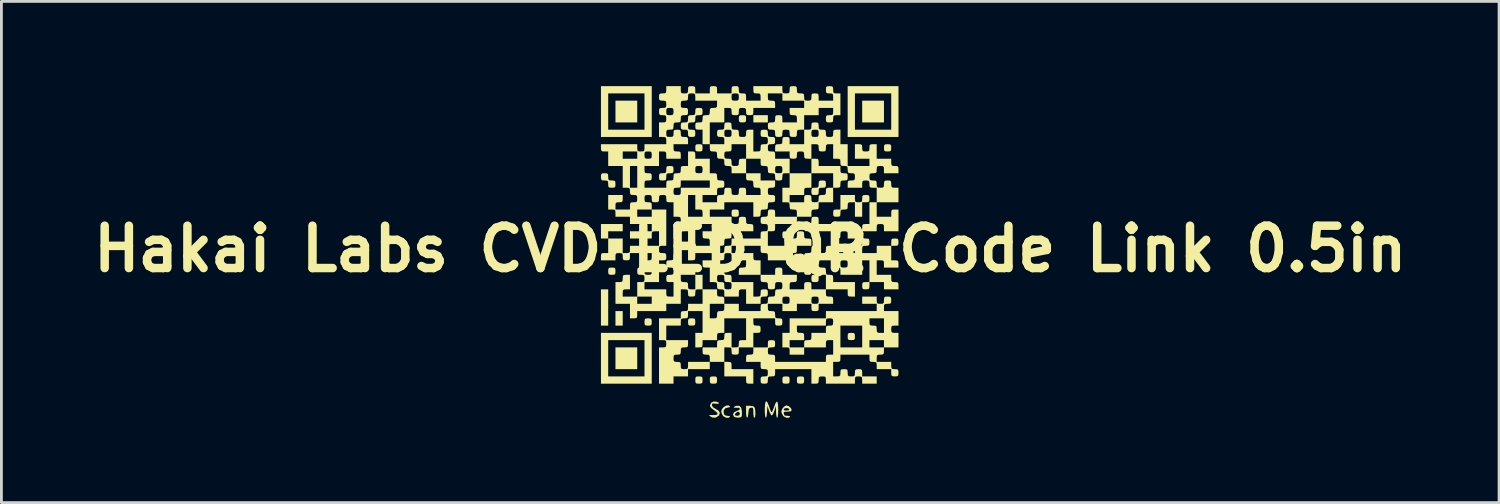
<source format=kicad_pcb>
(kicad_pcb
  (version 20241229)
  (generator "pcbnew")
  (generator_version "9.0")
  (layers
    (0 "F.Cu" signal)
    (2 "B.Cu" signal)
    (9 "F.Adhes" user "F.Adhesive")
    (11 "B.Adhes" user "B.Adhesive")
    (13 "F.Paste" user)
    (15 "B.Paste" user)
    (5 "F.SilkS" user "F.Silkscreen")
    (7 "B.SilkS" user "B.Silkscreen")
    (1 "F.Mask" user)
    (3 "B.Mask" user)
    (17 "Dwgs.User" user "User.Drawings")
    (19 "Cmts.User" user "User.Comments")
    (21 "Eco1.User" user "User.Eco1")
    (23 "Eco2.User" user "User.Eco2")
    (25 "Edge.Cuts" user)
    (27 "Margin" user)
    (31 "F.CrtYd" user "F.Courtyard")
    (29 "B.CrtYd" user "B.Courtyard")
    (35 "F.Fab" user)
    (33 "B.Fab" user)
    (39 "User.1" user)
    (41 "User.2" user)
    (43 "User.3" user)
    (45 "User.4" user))
  (footprint "Hakai Labs CVD LED QR Code Link 0.5in"
    (layer "F.Cu")
    (at 23.514 5.763)
    (property "Reference" "Hakai Labs CVD LED QR Code Link 0.5in" (at 0 0 0) (layer "F.SilkS") (effects (font (size 1.5 1.5) (thickness 0.3))))
    (attr board_only exclude_from_pos_files exclude_from_bom)
    (fp_poly (pts (xy -5.029 2.074) (xy -5.029 2.716) (xy -5.157 2.716) (xy -5.286 2.716) (xy -5.286 2.074) (xy -5.286 1.432) (xy -5.157 1.432) (xy -5.029 1.432)) (stroke (width 0) (type solid)) (fill yes) (layer "F.SilkS"))
    (fp_poly (pts (xy -4.515 2.459) (xy -4.515 2.716) (xy -4.643 2.716) (xy -4.772 2.716) (xy -4.772 2.459) (xy -4.772 2.202) (xy -4.643 2.202) (xy -4.515 2.202)) (stroke (width 0) (type solid)) (fill yes) (layer "F.SilkS"))
    (fp_poly (pts (xy -4.001 -4.863) (xy -4.001 -4.478) (xy -4.386 -4.478) (xy -4.772 -4.478) (xy -4.772 -4.863) (xy -4.772 -5.249) (xy -4.386 -5.249) (xy -4.001 -5.249)) (stroke (width 0) (type solid)) (fill yes) (layer "F.SilkS"))
    (fp_poly (pts (xy -4.001 3.872) (xy -4.001 4.258) (xy -4.386 4.258) (xy -4.772 4.258) (xy -4.772 3.872) (xy -4.772 3.487) (xy -4.386 3.487) (xy -4.001 3.487)) (stroke (width 0) (type solid)) (fill yes) (layer "F.SilkS"))
    (fp_poly (pts (xy 0.624 -4.607) (xy 0.624 -4.478) (xy 0.367 -4.478) (xy 0.11 -4.478) (xy 0.11 -4.607) (xy 0.11 -4.735) (xy 0.367 -4.735) (xy 0.624 -4.735)) (stroke (width 0) (type solid)) (fill yes) (layer "F.SilkS"))
    (fp_poly (pts (xy 4.735 -4.863) (xy 4.735 -4.478) (xy 4.35 -4.478) (xy 3.964 -4.478) (xy 3.964 -4.863) (xy 3.964 -5.249) (xy 4.35 -5.249) (xy 4.735 -5.249)) (stroke (width 0) (type solid)) (fill yes) (layer "F.SilkS"))
    (fp_poly (pts (xy -4.515 -0.752) (xy -4.515 -0.624) (xy -4.772 -0.624) (xy -5.029 -0.624) (xy -5.029 -0.496) (xy -5.029 -0.367) (xy -5.157 -0.367) (xy -5.286 -0.367) (xy -5.286 -0.624) (xy -5.286 -0.881) (xy -4.9 -0.881) (xy -4.515 -0.881)) (stroke (width 0) (type solid)) (fill yes) (layer "F.SilkS"))
    (fp_poly (pts (xy -4.814 0.666) (xy -4.779 0.698) (xy -4.772 0.779) (xy -4.772 0.789) (xy -4.777 0.875) (xy -4.809 0.911) (xy -4.89 0.918) (xy -4.9 0.918) (xy -4.986 0.912) (xy -5.022 0.88) (xy -5.029 0.799) (xy -5.029 0.789) (xy -5.023 0.703) (xy -4.991 0.668) (xy -4.91 0.661) (xy -4.9 0.661)) (stroke (width 0) (type solid)) (fill yes) (layer "F.SilkS"))
    (fp_poly (pts (xy -3.529 2.465) (xy -3.494 2.497) (xy -3.487 2.578) (xy -3.487 2.588) (xy -3.493 2.674) (xy -3.525 2.709) (xy -3.606 2.716) (xy -3.615 2.716) (xy -3.702 2.711) (xy -3.737 2.678) (xy -3.744 2.597) (xy -3.744 2.588) (xy -3.738 2.502) (xy -3.706 2.466) (xy -3.625 2.459) (xy -3.615 2.459)) (stroke (width 0) (type solid)) (fill yes) (layer "F.SilkS"))
    (fp_poly (pts (xy -1.988 2.465) (xy -1.952 2.497) (xy -1.945 2.578) (xy -1.945 2.588) (xy -1.951 2.674) (xy -1.983 2.709) (xy -2.064 2.716) (xy -2.074 2.716) (xy -2.16 2.711) (xy -2.195 2.678) (xy -2.202 2.597) (xy -2.202 2.588) (xy -2.197 2.502) (xy -2.165 2.466) (xy -2.084 2.459) (xy -2.074 2.459)) (stroke (width 0) (type solid)) (fill yes) (layer "F.SilkS"))
    (fp_poly (pts (xy -1.731 -3.702) (xy -1.695 -3.669) (xy -1.688 -3.589) (xy -1.688 -3.579) (xy -1.694 -3.493) (xy -1.726 -3.457) (xy -1.807 -3.45) (xy -1.817 -3.45) (xy -1.903 -3.456) (xy -1.938 -3.488) (xy -1.945 -3.569) (xy -1.945 -3.579) (xy -1.94 -3.665) (xy -1.908 -3.7) (xy -1.827 -3.707) (xy -1.817 -3.707)) (stroke (width 0) (type solid)) (fill yes) (layer "F.SilkS"))
    (fp_poly (pts (xy -1.731 4.52) (xy -1.695 4.552) (xy -1.688 4.633) (xy -1.688 4.643) (xy -1.694 4.729) (xy -1.726 4.765) (xy -1.807 4.772) (xy -1.817 4.772) (xy -1.903 4.766) (xy -1.938 4.734) (xy -1.945 4.653) (xy -1.945 4.643) (xy -1.94 4.557) (xy -1.908 4.522) (xy -1.827 4.515) (xy -1.817 4.515)) (stroke (width 0) (type solid)) (fill yes) (layer "F.SilkS"))
    (fp_poly (pts (xy -1.217 4.52) (xy -1.182 4.552) (xy -1.175 4.633) (xy -1.175 4.643) (xy -1.18 4.729) (xy -1.212 4.765) (xy -1.293 4.772) (xy -1.303 4.772) (xy -1.389 4.766) (xy -1.424 4.734) (xy -1.431 4.653) (xy -1.432 4.643) (xy -1.426 4.557) (xy -1.394 4.522) (xy -1.313 4.515) (xy -1.303 4.515)) (stroke (width 0) (type solid)) (fill yes) (layer "F.SilkS"))
    (fp_poly (pts (xy -0.446 -1.389) (xy -0.411 -1.357) (xy -0.404 -1.276) (xy -0.404 -1.266) (xy -0.409 -1.18) (xy -0.441 -1.145) (xy -0.522 -1.138) (xy -0.532 -1.138) (xy -0.618 -1.144) (xy -0.654 -1.176) (xy -0.661 -1.257) (xy -0.661 -1.266) (xy -0.655 -1.352) (xy -0.623 -1.388) (xy -0.542 -1.395) (xy -0.532 -1.395)) (stroke (width 0) (type solid)) (fill yes) (layer "F.SilkS"))
    (fp_poly (pts (xy -0.189 -4.729) (xy -0.154 -4.697) (xy -0.147 -4.616) (xy -0.147 -4.607) (xy -0.153 -4.52) (xy -0.185 -4.485) (xy -0.266 -4.478) (xy -0.275 -4.478) (xy -0.361 -4.484) (xy -0.397 -4.516) (xy -0.404 -4.597) (xy -0.404 -4.607) (xy -0.398 -4.693) (xy -0.366 -4.728) (xy -0.285 -4.735) (xy -0.275 -4.735)) (stroke (width 0) (type solid)) (fill yes) (layer "F.SilkS"))
    (fp_poly (pts (xy 1.352 4.52) (xy 1.388 4.552) (xy 1.395 4.633) (xy 1.395 4.643) (xy 1.389 4.729) (xy 1.357 4.765) (xy 1.276 4.772) (xy 1.266 4.772) (xy 1.18 4.766) (xy 1.145 4.734) (xy 1.138 4.653) (xy 1.138 4.643) (xy 1.144 4.557) (xy 1.176 4.522) (xy 1.257 4.515) (xy 1.266 4.515)) (stroke (width 0) (type solid)) (fill yes) (layer "F.SilkS"))
    (fp_poly (pts (xy 1.866 4.52) (xy 1.902 4.552) (xy 1.909 4.633) (xy 1.909 4.643) (xy 1.903 4.729) (xy 1.871 4.765) (xy 1.79 4.772) (xy 1.78 4.772) (xy 1.694 4.766) (xy 1.659 4.734) (xy 1.652 4.653) (xy 1.652 4.643) (xy 1.657 4.557) (xy 1.689 4.522) (xy 1.77 4.515) (xy 1.78 4.515)) (stroke (width 0) (type solid)) (fill yes) (layer "F.SilkS"))
    (fp_poly (pts (xy 2.38 0.923) (xy 2.415 0.955) (xy 2.423 1.036) (xy 2.423 1.046) (xy 2.417 1.132) (xy 2.385 1.168) (xy 2.304 1.175) (xy 2.294 1.175) (xy 2.208 1.169) (xy 2.173 1.137) (xy 2.166 1.056) (xy 2.166 1.046) (xy 2.171 0.96) (xy 2.203 0.925) (xy 2.284 0.918) (xy 2.294 0.918)) (stroke (width 0) (type solid)) (fill yes) (layer "F.SilkS"))
    (fp_poly (pts (xy 3.665 2.979) (xy 3.7 3.011) (xy 3.707 3.092) (xy 3.707 3.102) (xy 3.702 3.188) (xy 3.669 3.223) (xy 3.589 3.23) (xy 3.579 3.23) (xy 3.493 3.224) (xy 3.457 3.192) (xy 3.45 3.111) (xy 3.45 3.102) (xy 3.456 3.015) (xy 3.488 2.98) (xy 3.569 2.973) (xy 3.579 2.973)) (stroke (width 0) (type solid)) (fill yes) (layer "F.SilkS"))
    (fp_poly (pts (xy 4.95 -3.702) (xy 4.985 -3.669) (xy 4.992 -3.589) (xy 4.992 -3.579) (xy 4.986 -3.493) (xy 4.954 -3.457) (xy 4.873 -3.45) (xy 4.863 -3.45) (xy 4.777 -3.456) (xy 4.742 -3.488) (xy 4.735 -3.569) (xy 4.735 -3.579) (xy 4.741 -3.665) (xy 4.773 -3.7) (xy 4.854 -3.707) (xy 4.863 -3.707)) (stroke (width 0) (type solid)) (fill yes) (layer "F.SilkS"))
    (fp_poly (pts (xy -3.487 -4.863) (xy -3.487 -3.964) (xy -4.386 -3.964) (xy -5.286 -3.964) (xy -5.286 -4.863) (xy -5.029 -4.863) (xy -5.029 -4.221) (xy -4.386 -4.221) (xy -3.744 -4.221) (xy -3.744 -4.863) (xy -3.744 -5.506) (xy -4.386 -5.506) (xy -5.029 -5.506) (xy -5.029 -4.863) (xy -5.286 -4.863) (xy -5.286 -5.763) (xy -4.386 -5.763) (xy -3.487 -5.763)) (stroke (width 0) (type solid)) (fill yes) (layer "F.SilkS"))
    (fp_poly (pts (xy -3.487 3.872) (xy -3.487 4.772) (xy -4.386 4.772) (xy -5.286 4.772) (xy -5.286 3.872) (xy -5.029 3.872) (xy -5.029 4.515) (xy -4.386 4.515) (xy -3.744 4.515) (xy -3.744 3.872) (xy -3.744 3.23) (xy -4.386 3.23) (xy -5.029 3.23) (xy -5.029 3.872) (xy -5.286 3.872) (xy -5.286 2.973) (xy -4.386 2.973) (xy -3.487 2.973)) (stroke (width 0) (type solid)) (fill yes) (layer "F.SilkS"))
    (fp_poly (pts (xy 5.249 -4.863) (xy 5.249 -3.964) (xy 4.35 -3.964) (xy 3.45 -3.964) (xy 3.45 -4.863) (xy 3.707 -4.863) (xy 3.707 -4.221) (xy 4.35 -4.221) (xy 4.992 -4.221) (xy 4.992 -4.863) (xy 4.992 -5.506) (xy 4.35 -5.506) (xy 3.707 -5.506) (xy 3.707 -4.863) (xy 3.45 -4.863) (xy 3.45 -5.763) (xy 4.35 -5.763) (xy 5.249 -5.763)) (stroke (width 0) (type solid)) (fill yes) (layer "F.SilkS"))
    (fp_poly (pts (xy -0.703 4.007) (xy -0.668 4.039) (xy -0.661 4.12) (xy -0.661 4.129) (xy -0.661 4.258) (xy -0.275 4.258) (xy 0.11 4.258) (xy 0.11 4.515) (xy 0.11 4.772) (xy -0.018 4.772) (xy -0.104 4.766) (xy -0.14 4.734) (xy -0.147 4.653) (xy -0.147 4.643) (xy -0.147 4.515) (xy -0.532 4.515) (xy -0.918 4.515) (xy -0.918 4.258) (xy -0.918 4.001) (xy -0.789 4.001)) (stroke (width 0) (type solid)) (fill yes) (layer "F.SilkS"))
    (fp_poly (pts (xy -0.716 5.578) (xy -0.716 5.579) (xy -0.728 5.607) (xy -0.783 5.616) (xy -0.886 5.645) (xy -0.941 5.723) (xy -0.939 5.817) (xy -0.905 5.885) (xy -0.835 5.909) (xy -0.805 5.91) (xy -0.732 5.92) (xy -0.715 5.945) (xy -0.716 5.946) (xy -0.774 5.981) (xy -0.86 5.975) (xy -0.942 5.932) (xy -0.971 5.901) (xy -1.014 5.819) (xy -1.028 5.763) (xy -1.002 5.673) (xy -0.939 5.599) (xy -0.857 5.55) (xy -0.776 5.539)) (stroke (width 0) (type solid)) (fill yes) (layer "F.SilkS"))
    (fp_poly (pts (xy 0.07 5.563) (xy 0.137 5.588) (xy 0.138 5.589) (xy 0.163 5.64) (xy 0.178 5.73) (xy 0.183 5.833) (xy 0.176 5.924) (xy 0.158 5.977) (xy 0.147 5.983) (xy 0.126 5.95) (xy 0.113 5.865) (xy 0.11 5.797) (xy 0.107 5.687) (xy 0.093 5.634) (xy 0.06 5.62) (xy 0.028 5.623) (xy -0.024 5.641) (xy -0.052 5.689) (xy -0.065 5.788) (xy -0.066 5.809) (xy -0.081 5.927) (xy -0.103 5.977) (xy -0.125 5.96) (xy -0.142 5.88) (xy -0.147 5.769) (xy -0.147 5.555) (xy -0.028 5.554)) (stroke (width 0) (type solid)) (fill yes) (layer "F.SilkS"))
    (fp_poly (pts (xy -1.199 5.409) (xy -1.119 5.441) (xy -1.106 5.471) (xy -1.156 5.486) (xy -1.23 5.48) (xy -1.316 5.472) (xy -1.352 5.491) (xy -1.358 5.531) (xy -1.323 5.602) (xy -1.242 5.655) (xy -1.122 5.728) (xy -1.075 5.805) (xy -1.101 5.888) (xy -1.118 5.907) (xy -1.22 5.973) (xy -1.337 5.971) (xy -1.415 5.93) (xy -1.453 5.898) (xy -1.442 5.883) (xy -1.372 5.882) (xy -1.325 5.884) (xy -1.205 5.878) (xy -1.155 5.848) (xy -1.173 5.796) (xy -1.262 5.723) (xy -1.285 5.708) (xy -1.384 5.633) (xy -1.424 5.569) (xy -1.425 5.535) (xy -1.38 5.444) (xy -1.289 5.403)) (stroke (width 0) (type solid)) (fill yes) (layer "F.SilkS"))
    (fp_poly (pts (xy -5.071 -2.674) (xy -5.036 -2.642) (xy -5.029 -2.561) (xy -5.029 -2.551) (xy -5.023 -2.465) (xy -4.991 -2.43) (xy -4.91 -2.423) (xy -4.9 -2.423) (xy -4.814 -2.417) (xy -4.779 -2.385) (xy -4.772 -2.304) (xy -4.772 -2.294) (xy -4.777 -2.208) (xy -4.809 -2.173) (xy -4.89 -2.166) (xy -4.9 -2.166) (xy -4.986 -2.171) (xy -5.022 -2.203) (xy -5.029 -2.284) (xy -5.029 -2.294) (xy -5.034 -2.38) (xy -5.066 -2.415) (xy -5.147 -2.423) (xy -5.157 -2.423) (xy -5.243 -2.428) (xy -5.278 -2.46) (xy -5.286 -2.541) (xy -5.286 -2.551) (xy -5.28 -2.637) (xy -5.248 -2.672) (xy -5.167 -2.679) (xy -5.157 -2.679)) (stroke (width 0) (type solid)) (fill yes) (layer "F.SilkS"))
    (fp_poly (pts (xy -2.759 -2.931) (xy -2.723 -2.899) (xy -2.716 -2.818) (xy -2.716 -2.808) (xy -2.722 -2.722) (xy -2.754 -2.687) (xy -2.835 -2.679) (xy -2.845 -2.679) (xy -2.931 -2.674) (xy -2.966 -2.642) (xy -2.973 -2.561) (xy -2.973 -2.551) (xy -2.979 -2.465) (xy -3.011 -2.43) (xy -3.092 -2.423) (xy -3.102 -2.423) (xy -3.188 -2.428) (xy -3.223 -2.46) (xy -3.23 -2.541) (xy -3.23 -2.551) (xy -3.224 -2.637) (xy -3.192 -2.672) (xy -3.111 -2.679) (xy -3.102 -2.679) (xy -3.015 -2.685) (xy -2.98 -2.717) (xy -2.973 -2.798) (xy -2.973 -2.808) (xy -2.967 -2.894) (xy -2.935 -2.929) (xy -2.854 -2.936) (xy -2.845 -2.936)) (stroke (width 0) (type solid)) (fill yes) (layer "F.SilkS"))
    (fp_poly (pts (xy 2.637 -2.417) (xy 2.672 -2.385) (xy 2.679 -2.304) (xy 2.679 -2.294) (xy 2.674 -2.208) (xy 2.642 -2.173) (xy 2.561 -2.166) (xy 2.551 -2.166) (xy 2.465 -2.16) (xy 2.43 -2.128) (xy 2.423 -2.047) (xy 2.423 -2.037) (xy 2.417 -1.951) (xy 2.385 -1.916) (xy 2.304 -1.909) (xy 2.294 -1.909) (xy 2.208 -1.914) (xy 2.173 -1.946) (xy 2.166 -2.027) (xy 2.166 -2.037) (xy 2.171 -2.123) (xy 2.203 -2.159) (xy 2.284 -2.166) (xy 2.294 -2.166) (xy 2.38 -2.171) (xy 2.415 -2.203) (xy 2.423 -2.284) (xy 2.423 -2.294) (xy 2.428 -2.38) (xy 2.46 -2.415) (xy 2.541 -2.423) (xy 2.551 -2.423)) (stroke (width 0) (type solid)) (fill yes) (layer "F.SilkS"))
    (fp_poly (pts (xy -0.325 5.615) (xy -0.296 5.737) (xy -0.294 5.795) (xy -0.297 5.898) (xy -0.315 5.949) (xy -0.363 5.968) (xy -0.418 5.973) (xy -0.517 5.965) (xy -0.583 5.933) (xy -0.584 5.932) (xy -0.605 5.868) (xy -0.548 5.868) (xy -0.521 5.902) (xy -0.459 5.91) (xy -0.387 5.892) (xy -0.367 5.836) (xy -0.391 5.775) (xy -0.448 5.768) (xy -0.507 5.807) (xy -0.548 5.868) (xy -0.605 5.868) (xy -0.609 5.857) (xy -0.573 5.787) (xy -0.485 5.741) (xy -0.473 5.738) (xy -0.39 5.704) (xy -0.364 5.661) (xy -0.395 5.628) (xy -0.477 5.624) (xy -0.562 5.625) (xy -0.584 5.603) (xy -0.538 5.571) (xy -0.495 5.557) (xy -0.391 5.556)) (stroke (width 0) (type solid)) (fill yes) (layer "F.SilkS"))
    (fp_poly (pts (xy 1.37 5.571) (xy 1.441 5.638) (xy 1.468 5.71) (xy 1.441 5.747) (xy 1.354 5.762) (xy 1.317 5.763) (xy 1.222 5.768) (xy 1.185 5.788) (xy 1.189 5.821) (xy 1.208 5.879) (xy 1.211 5.894) (xy 1.243 5.905) (xy 1.321 5.91) (xy 1.324 5.91) (xy 1.397 5.919) (xy 1.414 5.945) (xy 1.413 5.946) (xy 1.354 5.981) (xy 1.269 5.975) (xy 1.187 5.932) (xy 1.158 5.901) (xy 1.115 5.819) (xy 1.101 5.763) (xy 1.125 5.68) (xy 1.184 5.68) (xy 1.203 5.715) (xy 1.285 5.726) (xy 1.369 5.714) (xy 1.386 5.68) (xy 1.341 5.644) (xy 1.285 5.634) (xy 1.212 5.652) (xy 1.184 5.68) (xy 1.125 5.68) (xy 1.127 5.674) (xy 1.188 5.593) (xy 1.263 5.546) (xy 1.284 5.542)) (stroke (width 0) (type solid)) (fill yes) (layer "F.SilkS"))
    (fp_poly (pts (xy 0.611 5.438) (xy 0.66 5.553) (xy 0.675 5.601) (xy 0.713 5.706) (xy 0.746 5.77) (xy 0.765 5.782) (xy 0.79 5.735) (xy 0.827 5.644) (xy 0.847 5.588) (xy 0.897 5.461) (xy 0.937 5.406) (xy 0.966 5.424) (xy 0.984 5.513) (xy 0.991 5.674) (xy 0.991 5.686) (xy 0.987 5.833) (xy 0.975 5.936) (xy 0.958 5.982) (xy 0.954 5.983) (xy 0.934 5.95) (xy 0.919 5.863) (xy 0.914 5.772) (xy 0.911 5.561) (xy 0.852 5.736) (xy 0.813 5.833) (xy 0.775 5.891) (xy 0.757 5.899) (xy 0.724 5.86) (xy 0.682 5.774) (xy 0.663 5.724) (xy 0.606 5.561) (xy 0.595 5.772) (xy 0.582 5.906) (xy 0.564 5.971) (xy 0.544 5.971) (xy 0.527 5.91) (xy 0.516 5.791) (xy 0.514 5.689) (xy 0.521 5.521) (xy 0.54 5.422) (xy 0.57 5.394)) (stroke (width 0) (type solid)) (fill yes) (layer "F.SilkS"))
    (fp_poly (pts (xy 3.707 -1.78) (xy 3.713 -1.694) (xy 3.745 -1.659) (xy 3.826 -1.652) (xy 3.836 -1.652) (xy 3.922 -1.657) (xy 3.957 -1.689) (xy 3.964 -1.77) (xy 3.964 -1.78) (xy 3.97 -1.866) (xy 4.002 -1.902) (xy 4.083 -1.909) (xy 4.093 -1.909) (xy 4.179 -1.903) (xy 4.214 -1.871) (xy 4.221 -1.79) (xy 4.221 -1.78) (xy 4.215 -1.694) (xy 4.183 -1.659) (xy 4.102 -1.652) (xy 4.093 -1.652) (xy 3.964 -1.652) (xy 3.964 -1.395) (xy 3.964 -1.138) (xy 3.836 -1.138) (xy 3.707 -1.138) (xy 3.707 -1.395) (xy 3.707 -1.652) (xy 3.579 -1.652) (xy 3.493 -1.646) (xy 3.457 -1.614) (xy 3.45 -1.533) (xy 3.45 -1.523) (xy 3.445 -1.437) (xy 3.413 -1.402) (xy 3.332 -1.395) (xy 3.322 -1.395) (xy 3.236 -1.389) (xy 3.2 -1.357) (xy 3.193 -1.276) (xy 3.193 -1.266) (xy 3.188 -1.18) (xy 3.156 -1.145) (xy 3.075 -1.138) (xy 3.065 -1.138) (xy 2.979 -1.144) (xy 2.943 -1.176) (xy 2.936 -1.257) (xy 2.936 -1.266) (xy 2.942 -1.352) (xy 2.974 -1.388) (xy 3.055 -1.395) (xy 3.065 -1.395) (xy 3.193 -1.395) (xy 3.193 -1.652) (xy 3.193 -1.909) (xy 3.45 -1.909) (xy 3.707 -1.909)) (stroke (width 0) (type solid)) (fill yes) (layer "F.SilkS"))
    (fp_poly (pts (xy -1.731 -4.986) (xy -1.695 -4.954) (xy -1.688 -4.873) (xy -1.688 -4.863) (xy -1.694 -4.777) (xy -1.726 -4.742) (xy -1.807 -4.735) (xy -1.817 -4.735) (xy -1.903 -4.729) (xy -1.938 -4.697) (xy -1.945 -4.616) (xy -1.945 -4.607) (xy -1.951 -4.52) (xy -1.983 -4.485) (xy -2.064 -4.478) (xy -2.074 -4.478) (xy -2.16 -4.472) (xy -2.195 -4.44) (xy -2.202 -4.359) (xy -2.202 -4.35) (xy -2.197 -4.263) (xy -2.165 -4.228) (xy -2.084 -4.221) (xy -2.074 -4.221) (xy -1.988 -4.215) (xy -1.952 -4.183) (xy -1.945 -4.102) (xy -1.945 -4.093) (xy -1.951 -4.007) (xy -1.983 -3.971) (xy -2.064 -3.964) (xy -2.074 -3.964) (xy -2.16 -3.97) (xy -2.195 -4.002) (xy -2.202 -4.083) (xy -2.202 -4.093) (xy -2.208 -4.179) (xy -2.24 -4.214) (xy -2.321 -4.221) (xy -2.331 -4.221) (xy -2.417 -4.227) (xy -2.452 -4.259) (xy -2.459 -4.34) (xy -2.459 -4.35) (xy -2.454 -4.436) (xy -2.422 -4.471) (xy -2.341 -4.478) (xy -2.331 -4.478) (xy -2.245 -4.484) (xy -2.209 -4.516) (xy -2.202 -4.597) (xy -2.202 -4.607) (xy -2.197 -4.693) (xy -2.165 -4.728) (xy -2.084 -4.735) (xy -2.074 -4.735) (xy -1.988 -4.741) (xy -1.952 -4.773) (xy -1.945 -4.854) (xy -1.945 -4.863) (xy -1.94 -4.95) (xy -1.908 -4.985) (xy -1.827 -4.992) (xy -1.817 -4.992)) (stroke (width 0) (type solid)) (fill yes) (layer "F.SilkS"))
    (fp_poly (pts (xy -0.703 -4.472) (xy -0.668 -4.44) (xy -0.661 -4.359) (xy -0.661 -4.35) (xy -0.655 -4.263) (xy -0.623 -4.228) (xy -0.542 -4.221) (xy -0.532 -4.221) (xy -0.446 -4.215) (xy -0.411 -4.183) (xy -0.404 -4.102) (xy -0.404 -4.093) (xy -0.398 -4.007) (xy -0.366 -3.971) (xy -0.285 -3.964) (xy -0.275 -3.964) (xy -0.189 -3.97) (xy -0.154 -4.002) (xy -0.147 -4.083) (xy -0.147 -4.093) (xy -0.141 -4.179) (xy -0.109 -4.214) (xy -0.028 -4.221) (xy -0.018 -4.221) (xy 0.11 -4.221) (xy 0.11 -3.836) (xy 0.11 -3.45) (xy 0.239 -3.45) (xy 0.325 -3.456) (xy 0.36 -3.488) (xy 0.367 -3.569) (xy 0.367 -3.579) (xy 0.373 -3.665) (xy 0.405 -3.7) (xy 0.486 -3.707) (xy 0.496 -3.707) (xy 0.582 -3.713) (xy 0.617 -3.745) (xy 0.624 -3.826) (xy 0.624 -3.836) (xy 0.618 -3.922) (xy 0.586 -3.957) (xy 0.505 -3.964) (xy 0.496 -3.964) (xy 0.409 -3.97) (xy 0.374 -4.002) (xy 0.367 -4.083) (xy 0.367 -4.093) (xy 0.373 -4.179) (xy 0.405 -4.214) (xy 0.486 -4.221) (xy 0.496 -4.221) (xy 0.582 -4.215) (xy 0.617 -4.183) (xy 0.624 -4.102) (xy 0.624 -4.093) (xy 0.63 -4.007) (xy 0.662 -3.971) (xy 0.743 -3.964) (xy 0.752 -3.964) (xy 0.839 -3.958) (xy 0.874 -3.926) (xy 0.881 -3.845) (xy 0.881 -3.836) (xy 0.875 -3.75) (xy 0.843 -3.714) (xy 0.762 -3.707) (xy 0.752 -3.707) (xy 0.666 -3.702) (xy 0.631 -3.669) (xy 0.624 -3.589) (xy 0.624 -3.579) (xy 0.63 -3.493) (xy 0.662 -3.457) (xy 0.743 -3.45) (xy 0.752 -3.45) (xy 0.839 -3.445) (xy 0.874 -3.413) (xy 0.881 -3.332) (xy 0.881 -3.322) (xy 0.881 -3.193) (xy 1.138 -3.193) (xy 1.395 -3.193) (xy 1.395 -2.936) (xy 1.395 -2.679) (xy 1.78 -2.679) (xy 2.166 -2.679) (xy 2.166 -2.936) (xy 2.166 -3.193) (xy 2.294 -3.193) (xy 2.38 -3.188) (xy 2.415 -3.156) (xy 2.423 -3.075) (xy 2.423 -3.065) (xy 2.423 -2.936) (xy 2.808 -2.936) (xy 3.193 -2.936) (xy 3.193 -2.808) (xy 3.199 -2.722) (xy 3.231 -2.687) (xy 3.312 -2.679) (xy 3.322 -2.679) (xy 3.408 -2.674) (xy 3.443 -2.642) (xy 3.45 -2.561) (xy 3.45 -2.551) (xy 3.445 -2.465) (xy 3.413 -2.43) (xy 3.332 -2.423) (xy 3.322 -2.423) (xy 3.236 -2.417) (xy 3.2 -2.385) (xy 3.193 -2.304) (xy 3.193 -2.294) (xy 3.188 -2.208) (xy 3.156 -2.173) (xy 3.075 -2.166) (xy 3.065 -2.166) (xy 2.936 -2.166) (xy 2.936 -1.909) (xy 2.936 -1.652) (xy 2.679 -1.652) (xy 2.423 -1.652) (xy 2.423 -1.523) (xy 2.417 -1.437) (xy 2.385 -1.402) (xy 2.304 -1.395) (xy 2.294 -1.395) (xy 2.208 -1.389) (xy 2.173 -1.357) (xy 2.166 -1.276) (xy 2.166 -1.266) (xy 2.166 -1.138) (xy 1.909 -1.138) (xy 1.652 -1.138) (xy 1.652 -1.009) (xy 1.652 -0.881) (xy 1.266 -0.881) (xy 0.881 -0.881) (xy 0.881 -0.752) (xy 0.875 -0.666) (xy 0.843 -0.631) (xy 0.762 -0.624) (xy 0.752 -0.624) (xy 0.624 -0.624) (xy 0.624 -0.367) (xy 0.624 -0.11) (xy 1.009 -0.11) (xy 1.395 -0.11) (xy 1.395 -0.239) (xy 1.389 -0.325) (xy 1.357 -0.36) (xy 1.276 -0.367) (xy 1.266 -0.367) (xy 1.18 -0.373) (xy 1.145 -0.405) (xy 1.138 -0.486) (xy 1.138 -0.496) (xy 1.144 -0.582) (xy 1.176 -0.617) (xy 1.257 -0.624) (xy 1.266 -0.624) (xy 1.352 -0.618) (xy 1.388 -0.586) (xy 1.395 -0.505) (xy 1.395 -0.496) (xy 1.4 -0.409) (xy 1.433 -0.374) (xy 1.513 -0.367) (xy 1.523 -0.367) (xy 1.609 -0.373) (xy 1.645 -0.405) (xy 1.652 -0.486) (xy 1.652 -0.496) (xy 1.657 -0.582) (xy 1.689 -0.617) (xy 1.77 -0.624) (xy 1.78 -0.624) (xy 1.866 -0.618) (xy 1.902 -0.586) (xy 1.909 -0.505) (xy 1.909 -0.496) (xy 1.914 -0.409) (xy 1.946 -0.374) (xy 2.027 -0.367) (xy 2.037 -0.367) (xy 2.123 -0.361) (xy 2.159 -0.329) (xy 2.166 -0.248) (xy 2.166 -0.239) (xy 2.166 -0.11) (xy 1.909 -0.11) (xy 1.652 -0.11) (xy 1.652 0.018) (xy 1.646 0.104) (xy 1.614 0.14) (xy 1.533 0.147) (xy 1.523 0.147) (xy 1.437 0.153) (xy 1.402 0.185) (xy 1.395 0.266) (xy 1.395 0.275) (xy 1.395 0.404) (xy 1.009 0.404) (xy 0.624 0.404) (xy 0.624 0.275) (xy 0.618 0.189) (xy 0.586 0.154) (xy 0.505 0.147) (xy 0.496 0.147) (xy 0.409 0.141) (xy 0.374 0.109) (xy 0.367 0.028) (xy 0.367 0.018) (xy 0.367 -0.11) (xy -0.147 -0.11) (xy -0.661 -0.11) (xy -0.661 0.018) (xy -0.661 0.147) (xy -0.275 0.147) (xy 0.11 0.147) (xy 0.11 0.275) (xy 0.116 0.361) (xy 0.148 0.397) (xy 0.229 0.404) (xy 0.239 0.404) (xy 0.367 0.404) (xy 0.367 0.661) (xy 0.367 0.918) (xy -0.018 0.918) (xy -0.404 0.918) (xy -0.404 0.789) (xy -0.398 0.703) (xy -0.366 0.668) (xy -0.285 0.661) (xy -0.275 0.661) (xy -0.189 0.655) (xy -0.154 0.623) (xy -0.147 0.542) (xy -0.147 0.532) (xy -0.147 0.404) (xy -0.404 0.404) (xy -0.661 0.404) (xy -0.661 0.275) (xy -0.666 0.189) (xy -0.698 0.154) (xy -0.779 0.147) (xy -0.789 0.147) (xy -0.875 0.153) (xy -0.911 0.185) (xy -0.918 0.266) (xy -0.918 0.275) (xy -0.923 0.361) (xy -0.955 0.397) (xy -1.036 0.404) (xy -1.046 0.404) (xy -1.132 0.409) (xy -1.168 0.441) (xy -1.175 0.522) (xy -1.175 0.532) (xy -1.169 0.618) (xy -1.137 0.654) (xy -1.056 0.661) (xy -1.046 0.661) (xy -0.96 0.666) (xy -0.925 0.698) (xy -0.918 0.779) (xy -0.918 0.789) (xy -0.912 0.875) (xy -0.88 0.911) (xy -0.799 0.918) (xy -0.789 0.918) (xy -0.703 0.923) (xy -0.668 0.955) (xy -0.661 1.036) (xy -0.661 1.046) (xy -0.661 1.175) (xy -0.275 1.175) (xy 0.11 1.175) (xy 0.11 1.432) (xy 0.11 1.688) (xy 0.239 1.688) (xy 0.325 1.683) (xy 0.36 1.651) (xy 0.367 1.57) (xy 0.367 1.56) (xy 0.373 1.474) (xy 0.405 1.439) (xy 0.486 1.432) (xy 0.496 1.432) (xy 0.582 1.437) (xy 0.617 1.469) (xy 0.624 1.55) (xy 0.624 1.56) (xy 0.618 1.646) (xy 0.586 1.681) (xy 0.505 1.688) (xy 0.496 1.688) (xy 0.409 1.694) (xy 0.374 1.726) (xy 0.367 1.807) (xy 0.367 1.817) (xy 0.367 1.945) (xy 0.11 1.945) (xy -0.147 1.945) (xy -0.147 1.688) (xy -0.147 1.432) (xy -0.275 1.432) (xy -0.361 1.437) (xy -0.397 1.469) (xy -0.404 1.55) (xy -0.404 1.56) (xy -0.404 1.688) (xy -0.661 1.688) (xy -0.918 1.688) (xy -0.918 1.56) (xy -0.923 1.474) (xy -0.955 1.439) (xy -1.036 1.432) (xy -1.046 1.432) (xy -1.132 1.426) (xy -1.168 1.394) (xy -1.175 1.313) (xy -1.175 1.303) (xy -1.18 1.217) (xy -1.212 1.182) (xy -1.293 1.175) (xy -1.303 1.175) (xy -1.432 1.175) (xy -1.432 1.046) (xy -1.175 1.046) (xy -1.169 1.132) (xy -1.137 1.168) (xy -1.056 1.175) (xy -1.046 1.175) (xy -0.96 1.18) (xy -0.925 1.212) (xy -0.918 1.293) (xy -0.918 1.303) (xy -0.912 1.389) (xy -0.88 1.424) (xy -0.799 1.431) (xy -0.789 1.432) (xy -0.703 1.426) (xy -0.668 1.394) (xy -0.661 1.313) (xy -0.661 1.303) (xy -0.666 1.217) (xy -0.698 1.182) (xy -0.779 1.175) (xy -0.789 1.175) (xy -0.875 1.169) (xy -0.911 1.137) (xy -0.918 1.056) (xy -0.918 1.046) (xy -0.923 0.96) (xy -0.955 0.925) (xy -1.036 0.918) (xy -1.046 0.918) (xy -1.132 0.923) (xy -1.168 0.955) (xy -1.175 1.036) (xy -1.175 1.046) (xy -1.432 1.046) (xy -1.432 0.918) (xy -1.432 0.661) (xy -1.56 0.661) (xy -1.646 0.655) (xy -1.681 0.623) (xy -1.688 0.542) (xy -1.688 0.532) (xy -1.688 0.404) (xy -1.432 0.404) (xy -1.175 0.404) (xy -1.175 0.275) (xy -1.169 0.189) (xy -1.137 0.154) (xy -1.056 0.147) (xy -1.046 0.147) (xy -0.96 0.141) (xy -0.925 0.109) (xy -0.918 0.028) (xy -0.918 0.018) (xy -0.912 -0.068) (xy -0.88 -0.103) (xy -0.799 -0.11) (xy -0.789 -0.11) (xy -0.703 -0.116) (xy -0.668 -0.148) (xy -0.661 -0.229) (xy -0.661 -0.239) (xy -0.661 -0.367) (xy -0.147 -0.367) (xy 0.367 -0.367) (xy 0.367 -0.496) (xy 0.373 -0.582) (xy 0.405 -0.617) (xy 0.486 -0.624) (xy 0.496 -0.624) (xy 0.582 -0.63) (xy 0.617 -0.662) (xy 0.624 -0.743) (xy 0.624 -0.752) (xy 0.618 -0.839) (xy 0.586 -0.874) (xy 0.505 -0.881) (xy 0.496 -0.881) (xy 0.409 -0.887) (xy 0.374 -0.919) (xy 0.367 -1) (xy 0.367 -1.009) (xy 0.373 -1.095) (xy 0.405 -1.131) (xy 0.486 -1.138) (xy 0.496 -1.138) (xy 0.582 -1.144) (xy 0.617 -1.176) (xy 0.624 -1.257) (xy 0.624 -1.266) (xy 0.63 -1.352) (xy 0.662 -1.388) (xy 0.743 -1.395) (xy 0.752 -1.395) (xy 0.839 -1.389) (xy 0.874 -1.357) (xy 0.881 -1.276) (xy 0.881 -1.266) (xy 0.881 -1.138) (xy 1.266 -1.138) (xy 1.652 -1.138) (xy 1.652 -1.266) (xy 1.646 -1.352) (xy 1.614 -1.388) (xy 1.533 -1.395) (xy 1.523 -1.395) (xy 1.437 -1.4) (xy 1.402 -1.433) (xy 1.395 -1.513) (xy 1.395 -1.523) (xy 1.389 -1.609) (xy 1.357 -1.645) (xy 1.276 -1.652) (xy 1.266 -1.652) (xy 1.138 -1.652) (xy 1.138 -1.909) (xy 1.395 -1.909) (xy 1.395 -1.78) (xy 1.395 -1.652) (xy 1.652 -1.652) (xy 1.909 -1.652) (xy 1.909 -1.78) (xy 1.914 -1.866) (xy 1.946 -1.902) (xy 2.027 -1.909) (xy 2.037 -1.909) (xy 2.123 -1.903) (xy 2.159 -1.871) (xy 2.166 -1.79) (xy 2.166 -1.78) (xy 2.171 -1.694) (xy 2.203 -1.659) (xy 2.284 -1.652) (xy 2.294 -1.652) (xy 2.38 -1.657) (xy 2.415 -1.689) (xy 2.423 -1.77) (xy 2.423 -1.78) (xy 2.428 -1.866) (xy 2.46 -1.902) (xy 2.541 -1.909) (xy 2.551 -1.909) (xy 2.637 -1.914) (xy 2.672 -1.946) (xy 2.679 -2.027) (xy 2.679 -2.037) (xy 2.685 -2.123) (xy 2.717 -2.159) (xy 2.798 -2.166) (xy 2.808 -2.166) (xy 2.936 -2.166) (xy 2.936 -2.423) (xy 2.936 -2.679) (xy 2.551 -2.679) (xy 2.166 -2.679) (xy 2.166 -2.423) (xy 2.166 -2.166) (xy 2.037 -2.166) (xy 1.951 -2.16) (xy 1.916 -2.128) (xy 1.909 -2.047) (xy 1.909 -2.037) (xy 1.909 -1.909) (xy 1.652 -1.909) (xy 1.395 -1.909) (xy 1.138 -1.909) (xy 1.138 -2.166) (xy 1.266 -2.166) (xy 1.395 -2.166) (xy 1.395 -2.423) (xy 1.395 -2.679) (xy 1.266 -2.679) (xy 1.18 -2.674) (xy 1.145 -2.642) (xy 1.138 -2.561) (xy 1.138 -2.551) (xy 1.132 -2.465) (xy 1.1 -2.43) (xy 1.019 -2.423) (xy 1.009 -2.423) (xy 0.923 -2.428) (xy 0.888 -2.46) (xy 0.881 -2.541) (xy 0.881 -2.551) (xy 0.875 -2.637) (xy 0.843 -2.672) (xy 0.762 -2.679) (xy 0.752 -2.679) (xy 0.666 -2.685) (xy 0.631 -2.717) (xy 0.624 -2.798) (xy 0.624 -2.808) (xy 0.881 -2.808) (xy 0.887 -2.722) (xy 0.919 -2.687) (xy 1 -2.679) (xy 1.009 -2.679) (xy 1.095 -2.685) (xy 1.131 -2.717) (xy 1.138 -2.798) (xy 1.138 -2.808) (xy 1.132 -2.894) (xy 1.1 -2.929) (xy 1.019 -2.936) (xy 1.009 -2.936) (xy 0.923 -2.931) (xy 0.888 -2.899) (xy 0.881 -2.818) (xy 0.881 -2.808) (xy 0.624 -2.808) (xy 0.618 -2.894) (xy 0.586 -2.929) (xy 0.505 -2.936) (xy 0.496 -2.936) (xy 0.409 -2.942) (xy 0.374 -2.974) (xy 0.367 -3.055) (xy 0.367 -3.065) (xy 0.367 -3.193) (xy 0.11 -3.193) (xy -0.147 -3.193) (xy -0.147 -2.936) (xy -0.147 -2.679) (xy -0.404 -2.679) (xy -0.661 -2.679) (xy -0.661 -2.808) (xy -0.666 -2.894) (xy -0.698 -2.929) (xy -0.779 -2.936) (xy -0.789 -2.936) (xy -0.875 -2.942) (xy -0.911 -2.974) (xy -0.918 -3.055) (xy -0.918 -3.065) (xy -0.923 -3.151) (xy -0.955 -3.186) (xy -1.036 -3.193) (xy -1.046 -3.193) (xy -1.132 -3.199) (xy -1.168 -3.231) (xy -1.175 -3.312) (xy -1.175 -3.322) (xy -0.918 -3.322) (xy -0.912 -3.236) (xy -0.88 -3.2) (xy -0.799 -3.193) (xy -0.789 -3.193) (xy -0.703 -3.188) (xy -0.668 -3.156) (xy -0.661 -3.075) (xy -0.661 -3.065) (xy -0.655 -2.979) (xy -0.623 -2.943) (xy -0.542 -2.936) (xy -0.532 -2.936) (xy -0.446 -2.942) (xy -0.411 -2.974) (xy -0.404 -3.055) (xy -0.404 -3.065) (xy -0.398 -3.151) (xy -0.366 -3.186) (xy -0.285 -3.193) (xy -0.275 -3.193) (xy -0.147 -3.193) (xy -0.147 -3.45) (xy -0.147 -3.707) (xy -0.404 -3.707) (xy -0.661 -3.707) (xy -0.661 -3.579) (xy -0.666 -3.493) (xy -0.698 -3.457) (xy -0.779 -3.45) (xy -0.789 -3.45) (xy -0.875 -3.445) (xy -0.911 -3.413) (xy -0.918 -3.332) (xy -0.918 -3.322) (xy -1.175 -3.322) (xy -1.18 -3.408) (xy -1.212 -3.443) (xy -1.293 -3.45) (xy -1.303 -3.45) (xy -1.389 -3.456) (xy -1.424 -3.488) (xy -1.431 -3.569) (xy -1.432 -3.579) (xy -1.432 -3.707) (xy -1.175 -3.707) (xy -0.918 -3.707) (xy -0.918 -3.836) (xy -0.923 -3.922) (xy -0.955 -3.957) (xy -1.036 -3.964) (xy -1.046 -3.964) (xy -1.132 -3.97) (xy -1.168 -4.002) (xy -1.175 -4.083) (xy -1.175 -4.093) (xy -0.918 -4.093) (xy -0.912 -4.007) (xy -0.88 -3.971) (xy -0.799 -3.964) (xy -0.789 -3.964) (xy -0.703 -3.97) (xy -0.668 -4.002) (xy -0.661 -4.083) (xy -0.661 -4.093) (xy -0.666 -4.179) (xy -0.698 -4.214) (xy -0.779 -4.221) (xy -0.789 -4.221) (xy -0.875 -4.215) (xy -0.911 -4.183) (xy -0.918 -4.102) (xy -0.918 -4.093) (xy -1.175 -4.093) (xy -1.169 -4.179) (xy -1.137 -4.214) (xy -1.056 -4.221) (xy -1.046 -4.221) (xy -0.96 -4.227) (xy -0.925 -4.259) (xy -0.918 -4.34) (xy -0.918 -4.35) (xy -0.912 -4.436) (xy -0.88 -4.471) (xy -0.799 -4.478) (xy -0.789 -4.478)) (stroke (width 0) (type solid)) (fill yes) (layer "F.SilkS"))
    (fp_poly (pts (xy -2.459 -5.634) (xy -2.454 -5.548) (xy -2.422 -5.513) (xy -2.341 -5.506) (xy -2.331 -5.506) (xy -2.245 -5.511) (xy -2.209 -5.544) (xy -2.202 -5.624) (xy -2.202 -5.634) (xy -2.197 -5.72) (xy -2.165 -5.756) (xy -2.084 -5.763) (xy -2.074 -5.763) (xy -1.988 -5.757) (xy -1.952 -5.725) (xy -1.945 -5.644) (xy -1.945 -5.634) (xy -1.945 -5.506) (xy -1.688 -5.506) (xy -1.432 -5.506) (xy -1.432 -5.634) (xy -1.426 -5.72) (xy -1.394 -5.756) (xy -1.313 -5.763) (xy -1.303 -5.763) (xy -1.217 -5.757) (xy -1.182 -5.725) (xy -1.175 -5.644) (xy -1.175 -5.634) (xy -1.175 -5.506) (xy -0.918 -5.506) (xy -0.661 -5.506) (xy -0.661 -5.634) (xy -0.655 -5.72) (xy -0.623 -5.756) (xy -0.542 -5.763) (xy -0.532 -5.763) (xy -0.446 -5.757) (xy -0.411 -5.725) (xy -0.404 -5.644) (xy -0.404 -5.634) (xy -0.398 -5.548) (xy -0.366 -5.513) (xy -0.285 -5.506) (xy -0.275 -5.506) (xy -0.189 -5.5) (xy -0.154 -5.468) (xy -0.147 -5.387) (xy -0.147 -5.377) (xy -0.147 -5.249) (xy 0.11 -5.249) (xy 0.367 -5.249) (xy 0.367 -5.377) (xy 0.361 -5.463) (xy 0.329 -5.499) (xy 0.248 -5.506) (xy 0.239 -5.506) (xy 0.152 -5.511) (xy 0.117 -5.544) (xy 0.11 -5.624) (xy 0.11 -5.634) (xy 0.11 -5.763) (xy 0.624 -5.763) (xy 1.138 -5.763) (xy 1.138 -5.634) (xy 1.144 -5.548) (xy 1.176 -5.513) (xy 1.257 -5.506) (xy 1.266 -5.506) (xy 1.352 -5.511) (xy 1.388 -5.544) (xy 1.395 -5.624) (xy 1.395 -5.634) (xy 1.4 -5.72) (xy 1.433 -5.756) (xy 1.513 -5.763) (xy 1.523 -5.763) (xy 1.609 -5.757) (xy 1.645 -5.725) (xy 1.652 -5.644) (xy 1.652 -5.634) (xy 1.657 -5.548) (xy 1.689 -5.513) (xy 1.77 -5.506) (xy 1.78 -5.506) (xy 1.866 -5.5) (xy 1.902 -5.468) (xy 1.909 -5.387) (xy 1.909 -5.377) (xy 1.914 -5.291) (xy 1.946 -5.256) (xy 2.027 -5.249) (xy 2.037 -5.249) (xy 2.123 -5.255) (xy 2.159 -5.287) (xy 2.166 -5.368) (xy 2.166 -5.377) (xy 2.171 -5.463) (xy 2.203 -5.499) (xy 2.284 -5.506) (xy 2.294 -5.506) (xy 2.38 -5.5) (xy 2.415 -5.468) (xy 2.423 -5.387) (xy 2.423 -5.377) (xy 2.423 -5.249) (xy 2.679 -5.249) (xy 2.936 -5.249) (xy 2.936 -5.377) (xy 2.931 -5.463) (xy 2.899 -5.499) (xy 2.818 -5.506) (xy 2.808 -5.506) (xy 2.722 -5.511) (xy 2.687 -5.544) (xy 2.679 -5.624) (xy 2.679 -5.634) (xy 2.685 -5.72) (xy 2.717 -5.756) (xy 2.798 -5.763) (xy 2.808 -5.763) (xy 2.894 -5.757) (xy 2.929 -5.725) (xy 2.936 -5.644) (xy 2.936 -5.634) (xy 2.942 -5.548) (xy 2.974 -5.513) (xy 3.055 -5.506) (xy 3.065 -5.506) (xy 3.193 -5.506) (xy 3.193 -5.12) (xy 3.193 -4.735) (xy 3.065 -4.735) (xy 2.979 -4.729) (xy 2.943 -4.697) (xy 2.936 -4.616) (xy 2.936 -4.607) (xy 2.931 -4.52) (xy 2.899 -4.485) (xy 2.818 -4.478) (xy 2.808 -4.478) (xy 2.722 -4.484) (xy 2.687 -4.516) (xy 2.679 -4.597) (xy 2.679 -4.607) (xy 2.685 -4.693) (xy 2.717 -4.728) (xy 2.798 -4.735) (xy 2.808 -4.735) (xy 2.894 -4.741) (xy 2.929 -4.773) (xy 2.936 -4.854) (xy 2.936 -4.863) (xy 2.936 -4.992) (xy 2.679 -4.992) (xy 2.423 -4.992) (xy 2.423 -4.863) (xy 2.423 -4.735) (xy 2.166 -4.735) (xy 1.909 -4.735) (xy 1.909 -4.478) (xy 1.909 -4.221) (xy 2.037 -4.221) (xy 2.123 -4.227) (xy 2.159 -4.259) (xy 2.166 -4.34) (xy 2.166 -4.35) (xy 2.171 -4.436) (xy 2.203 -4.471) (xy 2.284 -4.478) (xy 2.294 -4.478) (xy 2.38 -4.472) (xy 2.415 -4.44) (xy 2.423 -4.359) (xy 2.423 -4.35) (xy 2.428 -4.263) (xy 2.46 -4.228) (xy 2.541 -4.221) (xy 2.551 -4.221) (xy 2.637 -4.215) (xy 2.672 -4.183) (xy 2.679 -4.102) (xy 2.679 -4.093) (xy 2.685 -4.007) (xy 2.717 -3.971) (xy 2.798 -3.964) (xy 2.808 -3.964) (xy 2.894 -3.97) (xy 2.929 -4.002) (xy 2.936 -4.083) (xy 2.936 -4.093) (xy 2.942 -4.179) (xy 2.974 -4.214) (xy 3.055 -4.221) (xy 3.065 -4.221) (xy 3.193 -4.221) (xy 3.193 -3.964) (xy 3.193 -3.707) (xy 3.322 -3.707) (xy 3.45 -3.707) (xy 3.45 -3.322) (xy 3.45 -2.936) (xy 3.836 -2.936) (xy 4.221 -2.936) (xy 4.221 -3.065) (xy 4.221 -3.193) (xy 3.964 -3.193) (xy 3.707 -3.193) (xy 3.707 -3.45) (xy 3.707 -3.707) (xy 3.836 -3.707) (xy 3.922 -3.702) (xy 3.957 -3.669) (xy 3.964 -3.589) (xy 3.964 -3.579) (xy 3.97 -3.493) (xy 4.002 -3.457) (xy 4.083 -3.45) (xy 4.093 -3.45) (xy 4.179 -3.456) (xy 4.214 -3.488) (xy 4.221 -3.569) (xy 4.221 -3.579) (xy 4.227 -3.665) (xy 4.259 -3.7) (xy 4.34 -3.707) (xy 4.35 -3.707) (xy 4.478 -3.707) (xy 4.478 -3.45) (xy 4.478 -3.193) (xy 4.735 -3.193) (xy 4.992 -3.193) (xy 4.992 -3.065) (xy 4.998 -2.979) (xy 5.03 -2.943) (xy 5.111 -2.936) (xy 5.12 -2.936) (xy 5.206 -2.931) (xy 5.242 -2.899) (xy 5.249 -2.818) (xy 5.249 -2.808) (xy 5.249 -2.679) (xy 4.992 -2.679) (xy 4.735 -2.679) (xy 4.735 -2.808) (xy 4.729 -2.894) (xy 4.697 -2.929) (xy 4.616 -2.936) (xy 4.607 -2.936) (xy 4.52 -2.931) (xy 4.485 -2.899) (xy 4.478 -2.818) (xy 4.478 -2.808) (xy 4.472 -2.722) (xy 4.44 -2.687) (xy 4.359 -2.679) (xy 4.35 -2.679) (xy 4.263 -2.674) (xy 4.228 -2.642) (xy 4.221 -2.561) (xy 4.221 -2.551) (xy 4.227 -2.465) (xy 4.259 -2.43) (xy 4.34 -2.423) (xy 4.35 -2.423) (xy 4.436 -2.417) (xy 4.471 -2.385) (xy 4.478 -2.304) (xy 4.478 -2.294) (xy 4.484 -2.208) (xy 4.516 -2.173) (xy 4.597 -2.166) (xy 4.607 -2.166) (xy 4.693 -2.171) (xy 4.728 -2.203) (xy 4.735 -2.284) (xy 4.735 -2.294) (xy 4.741 -2.38) (xy 4.773 -2.415) (xy 4.854 -2.423) (xy 4.863 -2.423) (xy 4.95 -2.417) (xy 4.985 -2.385) (xy 4.992 -2.304) (xy 4.992 -2.294) (xy 4.998 -2.208) (xy 5.03 -2.173) (xy 5.111 -2.166) (xy 5.12 -2.166) (xy 5.249 -2.166) (xy 5.249 -1.909) (xy 5.249 -1.652) (xy 4.863 -1.652) (xy 4.478 -1.652) (xy 4.478 -1.395) (xy 4.478 -1.138) (xy 4.735 -1.138) (xy 4.992 -1.138) (xy 4.992 -1.266) (xy 4.998 -1.352) (xy 5.03 -1.388) (xy 5.111 -1.395) (xy 5.12 -1.395) (xy 5.249 -1.395) (xy 5.249 -1.009) (xy 5.249 -0.624) (xy 4.992 -0.624) (xy 4.735 -0.624) (xy 4.735 -0.752) (xy 4.729 -0.839) (xy 4.697 -0.874) (xy 4.616 -0.881) (xy 4.607 -0.881) (xy 4.52 -0.875) (xy 4.485 -0.843) (xy 4.478 -0.762) (xy 4.478 -0.752) (xy 4.478 -0.624) (xy 4.221 -0.624) (xy 3.964 -0.624) (xy 3.964 -0.496) (xy 3.97 -0.409) (xy 4.002 -0.374) (xy 4.083 -0.367) (xy 4.093 -0.367) (xy 4.179 -0.361) (xy 4.214 -0.329) (xy 4.221 -0.248) (xy 4.221 -0.239) (xy 4.215 -0.152) (xy 4.183 -0.117) (xy 4.102 -0.11) (xy 4.093 -0.11) (xy 4.007 -0.104) (xy 3.971 -0.072) (xy 3.964 0.009) (xy 3.964 0.018) (xy 3.964 0.147) (xy 4.221 0.147) (xy 4.478 0.147) (xy 4.478 0.018) (xy 4.478 -0.11) (xy 4.735 -0.11) (xy 4.992 -0.11) (xy 4.992 -0.239) (xy 4.998 -0.325) (xy 5.03 -0.36) (xy 5.111 -0.367) (xy 5.12 -0.367) (xy 5.206 -0.361) (xy 5.242 -0.329) (xy 5.249 -0.248) (xy 5.249 -0.239) (xy 5.243 -0.152) (xy 5.211 -0.117) (xy 5.13 -0.11) (xy 5.12 -0.11) (xy 4.992 -0.11) (xy 4.992 0.147) (xy 4.992 0.404) (xy 5.12 0.404) (xy 5.206 0.409) (xy 5.242 0.441) (xy 5.249 0.522) (xy 5.249 0.532) (xy 5.249 0.661) (xy 4.992 0.661) (xy 4.735 0.661) (xy 4.735 0.532) (xy 4.729 0.446) (xy 4.697 0.411) (xy 4.616 0.404) (xy 4.607 0.404) (xy 4.478 0.404) (xy 4.478 0.661) (xy 4.478 0.918) (xy 4.735 0.918) (xy 4.992 0.918) (xy 4.992 1.046) (xy 4.998 1.132) (xy 5.03 1.168) (xy 5.111 1.175) (xy 5.12 1.175) (xy 5.206 1.18) (xy 5.242 1.212) (xy 5.249 1.293) (xy 5.249 1.303) (xy 5.249 1.432) (xy 4.992 1.432) (xy 4.735 1.432) (xy 4.735 1.303) (xy 4.735 1.175) (xy 4.478 1.175) (xy 4.221 1.175) (xy 4.221 1.303) (xy 4.215 1.389) (xy 4.183 1.424) (xy 4.102 1.431) (xy 4.093 1.432) (xy 4.007 1.426) (xy 3.971 1.394) (xy 3.964 1.313) (xy 3.964 1.303) (xy 3.97 1.217) (xy 4.002 1.182) (xy 4.083 1.175) (xy 4.093 1.175) (xy 4.221 1.175) (xy 4.221 0.789) (xy 4.221 0.404) (xy 4.093 0.404) (xy 3.964 0.404) (xy 3.964 0.661) (xy 3.964 0.918) (xy 3.579 0.918) (xy 3.193 0.918) (xy 3.193 0.789) (xy 3.188 0.703) (xy 3.156 0.668) (xy 3.075 0.661) (xy 3.065 0.661) (xy 2.979 0.655) (xy 2.943 0.623) (xy 2.936 0.542) (xy 2.936 0.532) (xy 3.193 0.532) (xy 3.199 0.618) (xy 3.231 0.654) (xy 3.312 0.661) (xy 3.322 0.661) (xy 3.408 0.655) (xy 3.443 0.623) (xy 3.45 0.542) (xy 3.45 0.532) (xy 3.445 0.446) (xy 3.413 0.411) (xy 3.332 0.404) (xy 3.322 0.404) (xy 3.236 0.409) (xy 3.2 0.441) (xy 3.193 0.522) (xy 3.193 0.532) (xy 2.936 0.532) (xy 2.936 0.404) (xy 2.679 0.404) (xy 2.423 0.404) (xy 2.423 0.532) (xy 2.428 0.618) (xy 2.46 0.654) (xy 2.541 0.661) (xy 2.551 0.661) (xy 2.637 0.666) (xy 2.672 0.698) (xy 2.679 0.779) (xy 2.679 0.789) (xy 2.685 0.875) (xy 2.717 0.911) (xy 2.798 0.918) (xy 2.808 0.918) (xy 2.894 0.923) (xy 2.929 0.955) (xy 2.936 1.036) (xy 2.936 1.046) (xy 2.936 1.175) (xy 3.322 1.175) (xy 3.707 1.175) (xy 3.707 1.432) (xy 3.707 1.688) (xy 3.579 1.688) (xy 3.493 1.683) (xy 3.457 1.651) (xy 3.45 1.57) (xy 3.45 1.56) (xy 3.45 1.432) (xy 3.065 1.432) (xy 2.679 1.432) (xy 2.679 1.56) (xy 2.685 1.646) (xy 2.717 1.681) (xy 2.798 1.688) (xy 2.808 1.688) (xy 2.894 1.694) (xy 2.929 1.726) (xy 2.936 1.807) (xy 2.936 1.817) (xy 2.936 1.945) (xy 2.679 1.945) (xy 2.423 1.945) (xy 2.423 2.074) (xy 2.417 2.16) (xy 2.385 2.195) (xy 2.304 2.202) (xy 2.294 2.202) (xy 2.208 2.197) (xy 2.173 2.165) (xy 2.166 2.084) (xy 2.166 2.074) (xy 2.166 1.945) (xy 1.909 1.945) (xy 1.652 1.945) (xy 1.652 2.074) (xy 1.652 2.202) (xy 1.395 2.202) (xy 1.138 2.202) (xy 1.138 2.074) (xy 1.138 1.945) (xy 0.881 1.945) (xy 0.624 1.945) (xy 0.624 2.074) (xy 0.63 2.16) (xy 0.662 2.195) (xy 0.743 2.202) (xy 0.752 2.202) (xy 0.839 2.208) (xy 0.874 2.24) (xy 0.881 2.321) (xy 0.881 2.331) (xy 0.887 2.417) (xy 0.919 2.452) (xy 1 2.459) (xy 1.009 2.459) (xy 1.095 2.465) (xy 1.131 2.497) (xy 1.138 2.578) (xy 1.138 2.588) (xy 1.132 2.674) (xy 1.1 2.709) (xy 1.019 2.716) (xy 1.009 2.716) (xy 0.923 2.711) (xy 0.888 2.678) (xy 0.881 2.597) (xy 0.881 2.588) (xy 0.881 2.459) (xy 0.496 2.459) (xy 0.11 2.459) (xy 0.11 2.588) (xy 0.116 2.674) (xy 0.148 2.709) (xy 0.229 2.716) (xy 0.239 2.716) (xy 0.325 2.722) (xy 0.36 2.754) (xy 0.367 2.835) (xy 0.367 2.845) (xy 0.361 2.931) (xy 0.329 2.966) (xy 0.248 2.973) (xy 0.239 2.973) (xy 0.11 2.973) (xy 0.11 3.23) (xy 0.11 3.487) (xy 0.367 3.487) (xy 0.624 3.487) (xy 0.624 3.359) (xy 0.63 3.272) (xy 0.662 3.237) (xy 0.743 3.23) (xy 0.752 3.23) (xy 0.839 3.236) (xy 0.874 3.268) (xy 0.881 3.349) (xy 0.881 3.359) (xy 0.875 3.445) (xy 0.843 3.48) (xy 0.762 3.487) (xy 0.752 3.487) (xy 0.666 3.493) (xy 0.631 3.525) (xy 0.624 3.606) (xy 0.624 3.615) (xy 0.63 3.702) (xy 0.662 3.737) (xy 0.743 3.744) (xy 0.752 3.744) (xy 0.839 3.75) (xy 0.874 3.782) (xy 0.881 3.863) (xy 0.881 3.872) (xy 0.881 4.001) (xy 1.78 4.001) (xy 2.679 4.001) (xy 2.679 3.872) (xy 2.685 3.786) (xy 2.717 3.751) (xy 2.798 3.744) (xy 2.808 3.744) (xy 2.936 3.744) (xy 2.936 3.487) (xy 2.936 3.23) (xy 2.808 3.23) (xy 2.722 3.236) (xy 2.687 3.268) (xy 2.679 3.349) (xy 2.679 3.359) (xy 2.679 3.487) (xy 2.294 3.487) (xy 1.909 3.487) (xy 1.909 3.615) (xy 1.909 3.744) (xy 1.652 3.744) (xy 1.395 3.744) (xy 1.395 3.615) (xy 1.389 3.529) (xy 1.357 3.494) (xy 1.276 3.487) (xy 1.266 3.487) (xy 1.138 3.487) (xy 1.138 3.23) (xy 1.395 3.23) (xy 1.395 3.359) (xy 1.395 3.487) (xy 1.652 3.487) (xy 1.909 3.487) (xy 1.909 3.359) (xy 1.914 3.272) (xy 1.946 3.237) (xy 2.027 3.23) (xy 2.037 3.23) (xy 2.123 3.224) (xy 2.159 3.192) (xy 2.166 3.111) (xy 2.166 3.102) (xy 3.193 3.102) (xy 3.193 3.487) (xy 3.579 3.487) (xy 3.964 3.487) (xy 3.964 3.359) (xy 4.221 3.359) (xy 4.221 3.487) (xy 4.478 3.487) (xy 4.735 3.487) (xy 4.735 3.359) (xy 4.735 3.23) (xy 4.478 3.23) (xy 4.221 3.23) (xy 4.221 3.359) (xy 3.964 3.359) (xy 3.964 3.102) (xy 3.964 2.716) (xy 3.579 2.716) (xy 3.193 2.716) (xy 3.193 3.102) (xy 2.166 3.102) (xy 2.166 2.973) (xy 2.423 2.973) (xy 2.679 2.973) (xy 2.679 2.845) (xy 2.685 2.759) (xy 2.717 2.723) (xy 2.798 2.716) (xy 2.808 2.716) (xy 2.894 2.711) (xy 2.929 2.678) (xy 2.936 2.597) (xy 2.936 2.588) (xy 4.221 2.588) (xy 4.227 2.674) (xy 4.259 2.709) (xy 4.34 2.716) (xy 4.35 2.716) (xy 4.436 2.722) (xy 4.471 2.754) (xy 4.478 2.835) (xy 4.478 2.845) (xy 4.484 2.931) (xy 4.516 2.966) (xy 4.597 2.973) (xy 4.607 2.973) (xy 4.735 2.973) (xy 4.735 2.716) (xy 4.735 2.459) (xy 4.478 2.459) (xy 4.221 2.459) (xy 4.221 2.588) (xy 2.936 2.588) (xy 2.931 2.502) (xy 2.899 2.466) (xy 2.818 2.459) (xy 2.808 2.459) (xy 2.722 2.465) (xy 2.687 2.497) (xy 2.679 2.578) (xy 2.679 2.588) (xy 2.679 2.716) (xy 2.166 2.716) (xy 1.652 2.716) (xy 1.652 2.845) (xy 1.657 2.931) (xy 1.689 2.966) (xy 1.77 2.973) (xy 1.78 2.973) (xy 1.866 2.979) (xy 1.902 3.011) (xy 1.909 3.092) (xy 1.909 3.102) (xy 1.909 3.23) (xy 1.652 3.23) (xy 1.395 3.23) (xy 1.138 3.23) (xy 1.138 2.973) (xy 1.266 2.973) (xy 1.395 2.973) (xy 1.395 2.716) (xy 1.395 2.459) (xy 2.037 2.459) (xy 2.679 2.459) (xy 2.679 2.331) (xy 2.679 2.202) (xy 3.579 2.202) (xy 4.478 2.202) (xy 4.478 2.074) (xy 4.478 1.945) (xy 4.221 1.945) (xy 3.964 1.945) (xy 3.964 1.817) (xy 3.964 1.688) (xy 4.221 1.688) (xy 4.478 1.688) (xy 4.478 1.817) (xy 4.484 1.903) (xy 4.516 1.938) (xy 4.597 1.945) (xy 4.607 1.945) (xy 4.693 1.94) (xy 4.728 1.908) (xy 4.735 1.827) (xy 4.735 1.817) (xy 4.741 1.731) (xy 4.773 1.695) (xy 4.854 1.688) (xy 4.863 1.688) (xy 4.95 1.694) (xy 4.985 1.726) (xy 4.992 1.807) (xy 4.992 1.817) (xy 4.986 1.903) (xy 4.954 1.938) (xy 4.873 1.945) (xy 4.863 1.945) (xy 4.777 1.951) (xy 4.742 1.983) (xy 4.735 2.064) (xy 4.735 2.074) (xy 4.735 2.202) (xy 4.992 2.202) (xy 5.249 2.202) (xy 5.249 2.459) (xy 5.249 2.716) (xy 5.12 2.716) (xy 5.034 2.722) (xy 4.999 2.754) (xy 4.992 2.835) (xy 4.992 2.845) (xy 4.998 2.931) (xy 5.03 2.966) (xy 5.111 2.973) (xy 5.12 2.973) (xy 5.249 2.973) (xy 5.249 3.23) (xy 5.249 3.487) (xy 4.992 3.487) (xy 4.735 3.487) (xy 4.735 3.615) (xy 4.729 3.702) (xy 4.697 3.737) (xy 4.616 3.744) (xy 4.607 3.744) (xy 4.52 3.75) (xy 4.485 3.782) (xy 4.478 3.863) (xy 4.478 3.872) (xy 4.478 4.001) (xy 4.735 4.001) (xy 4.992 4.001) (xy 4.992 4.129) (xy 4.998 4.215) (xy 5.03 4.251) (xy 5.111 4.258) (xy 5.12 4.258) (xy 5.206 4.263) (xy 5.242 4.296) (xy 5.249 4.376) (xy 5.249 4.386) (xy 5.243 4.472) (xy 5.211 4.508) (xy 5.13 4.515) (xy 5.12 4.515) (xy 5.034 4.509) (xy 4.999 4.477) (xy 4.992 4.396) (xy 4.992 4.386) (xy 4.992 4.258) (xy 4.735 4.258) (xy 4.478 4.258) (xy 4.478 4.129) (xy 4.472 4.043) (xy 4.44 4.008) (xy 4.359 4.001) (xy 4.35 4.001) (xy 4.263 3.995) (xy 4.228 3.963) (xy 4.221 3.882) (xy 4.221 3.872) (xy 4.221 3.744) (xy 3.707 3.744) (xy 3.193 3.744) (xy 3.193 3.872) (xy 3.188 3.959) (xy 3.156 3.994) (xy 3.075 4.001) (xy 3.065 4.001) (xy 2.936 4.001) (xy 2.936 4.258) (xy 2.936 4.515) (xy 3.065 4.515) (xy 3.151 4.509) (xy 3.186 4.477) (xy 3.193 4.396) (xy 3.193 4.386) (xy 3.199 4.3) (xy 3.231 4.265) (xy 3.312 4.258) (xy 3.322 4.258) (xy 3.408 4.263) (xy 3.443 4.296) (xy 3.45 4.376) (xy 3.45 4.386) (xy 3.456 4.472) (xy 3.488 4.508) (xy 3.569 4.515) (xy 3.579 4.515) (xy 3.665 4.509) (xy 3.7 4.477) (xy 3.707 4.396) (xy 3.707 4.386) (xy 3.713 4.3) (xy 3.745 4.265) (xy 3.826 4.258) (xy 3.836 4.258) (xy 3.922 4.263) (xy 3.957 4.296) (xy 3.964 4.376) (xy 3.964 4.386) (xy 3.964 4.515) (xy 4.221 4.515) (xy 4.478 4.515) (xy 4.478 4.643) (xy 4.478 4.772) (xy 4.221 4.772) (xy 3.964 4.772) (xy 3.964 4.643) (xy 3.958 4.557) (xy 3.926 4.522) (xy 3.845 4.515) (xy 3.836 4.515) (xy 3.75 4.52) (xy 3.714 4.552) (xy 3.707 4.633) (xy 3.707 4.643) (xy 3.707 4.772) (xy 3.193 4.772) (xy 2.679 4.772) (xy 2.679 4.643) (xy 2.674 4.557) (xy 2.642 4.522) (xy 2.561 4.515) (xy 2.551 4.515) (xy 2.465 4.52) (xy 2.43 4.552) (xy 2.423 4.633) (xy 2.423 4.643) (xy 2.417 4.729) (xy 2.385 4.765) (xy 2.304 4.772) (xy 2.294 4.772) (xy 2.166 4.772) (xy 2.166 4.515) (xy 2.166 4.258) (xy 1.523 4.258) (xy 0.881 4.258) (xy 0.881 4.386) (xy 0.875 4.472) (xy 0.843 4.508) (xy 0.762 4.515) (xy 0.752 4.515) (xy 0.666 4.52) (xy 0.631 4.552) (xy 0.624 4.633) (xy 0.624 4.643) (xy 0.618 4.729) (xy 0.586 4.765) (xy 0.505 4.772) (xy 0.496 4.772) (xy 0.409 4.766) (xy 0.374 4.734) (xy 0.367 4.653) (xy 0.367 4.643) (xy 0.373 4.557) (xy 0.405 4.522) (xy 0.486 4.515) (xy 0.496 4.515) (xy 0.582 4.509) (xy 0.617 4.477) (xy 0.624 4.396) (xy 0.624 4.386) (xy 0.618 4.3) (xy 0.586 4.265) (xy 0.505 4.258) (xy 0.496 4.258) (xy 0.409 4.252) (xy 0.374 4.22) (xy 0.367 4.139) (xy 0.367 4.129) (xy 0.367 4.001) (xy 0.11 4.001) (xy -0.147 4.001) (xy -0.147 3.872) (xy -0.141 3.786) (xy -0.109 3.751) (xy -0.028 3.744) (xy -0.018 3.744) (xy 0.068 3.738) (xy 0.103 3.706) (xy 0.11 3.625) (xy 0.11 3.615) (xy 0.11 3.487) (xy -0.147 3.487) (xy -0.404 3.487) (xy -0.404 3.615) (xy -0.409 3.702) (xy -0.441 3.737) (xy -0.522 3.744) (xy -0.532 3.744) (xy -0.618 3.738) (xy -0.654 3.706) (xy -0.661 3.625) (xy -0.661 3.615) (xy -0.666 3.529) (xy -0.698 3.494) (xy -0.779 3.487) (xy -0.789 3.487) (xy -0.918 3.487) (xy -0.918 3.744) (xy -0.918 4.001) (xy -1.175 4.001) (xy -1.432 4.001) (xy -1.432 4.129) (xy -1.432 4.258) (xy -1.817 4.258) (xy -2.202 4.258) (xy -2.202 4.386) (xy -2.202 4.515) (xy -2.459 4.515) (xy -2.716 4.515) (xy -2.716 4.643) (xy -2.716 4.772) (xy -2.973 4.772) (xy -3.23 4.772) (xy -3.23 4.129) (xy -3.23 3.487) (xy -3.102 3.487) (xy -3.015 3.481) (xy -2.98 3.449) (xy -2.973 3.368) (xy -2.973 3.359) (xy -2.979 3.272) (xy -3.011 3.237) (xy -3.092 3.23) (xy -3.102 3.23) (xy -3.23 3.23) (xy -3.23 2.845) (xy -3.23 2.716) (xy -2.973 2.716) (xy -2.973 2.973) (xy -2.973 3.23) (xy -2.588 3.23) (xy -2.202 3.23) (xy -2.202 3.359) (xy -2.208 3.445) (xy -2.24 3.48) (xy -2.321 3.487) (xy -2.331 3.487) (xy -2.417 3.493) (xy -2.452 3.525) (xy -2.459 3.606) (xy -2.459 3.615) (xy -2.465 3.702) (xy -2.497 3.737) (xy -2.578 3.744) (xy -2.588 3.744) (xy -2.674 3.75) (xy -2.709 3.782) (xy -2.716 3.863) (xy -2.716 3.872) (xy -2.711 3.959) (xy -2.678 3.994) (xy -2.597 4.001) (xy -2.588 4.001) (xy -2.502 4.007) (xy -2.466 4.039) (xy -2.459 4.12) (xy -2.459 4.129) (xy -2.454 4.215) (xy -2.422 4.251) (xy -2.341 4.258) (xy -2.331 4.258) (xy -2.245 4.252) (xy -2.209 4.22) (xy -2.202 4.139) (xy -2.202 4.129) (xy -2.202 4.001) (xy -1.817 4.001) (xy -1.432 4.001) (xy -1.432 3.872) (xy -1.437 3.786) (xy -1.469 3.751) (xy -1.55 3.744) (xy -1.56 3.744) (xy -1.646 3.738) (xy -1.681 3.706) (xy -1.688 3.625) (xy -1.688 3.615) (xy -1.688 3.487) (xy -1.432 3.487) (xy -1.175 3.487) (xy -1.175 3.359) (xy -1.169 3.272) (xy -1.137 3.237) (xy -1.056 3.23) (xy -1.046 3.23) (xy -0.96 3.224) (xy -0.925 3.192) (xy -0.918 3.111) (xy -0.918 3.102) (xy -0.912 3.015) (xy -0.88 2.98) (xy -0.799 2.973) (xy -0.789 2.973) (xy -0.661 2.973) (xy -0.661 3.23) (xy -0.661 3.487) (xy -0.532 3.487) (xy -0.446 3.481) (xy -0.411 3.449) (xy -0.404 3.368) (xy -0.404 3.359) (xy -0.398 3.272) (xy -0.366 3.237) (xy -0.285 3.23) (xy -0.275 3.23) (xy -0.147 3.23) (xy -0.147 2.845) (xy -0.147 2.459) (xy -0.532 2.459) (xy -0.918 2.459) (xy -0.918 2.716) (xy -0.918 2.973) (xy -1.046 2.973) (xy -1.132 2.979) (xy -1.168 3.011) (xy -1.175 3.092) (xy -1.175 3.102) (xy -1.175 3.23) (xy -1.432 3.23) (xy -1.688 3.23) (xy -1.688 3.359) (xy -1.694 3.445) (xy -1.726 3.48) (xy -1.807 3.487) (xy -1.817 3.487) (xy -1.945 3.487) (xy -1.945 3.23) (xy -1.945 2.973) (xy -1.817 2.973) (xy -1.688 2.973) (xy -1.688 2.588) (xy -1.688 2.202) (xy -1.945 2.202) (xy -2.202 2.202) (xy -2.202 2.331) (xy -2.208 2.417) (xy -2.24 2.452) (xy -2.321 2.459) (xy -2.331 2.459) (xy -2.417 2.465) (xy -2.452 2.497) (xy -2.459 2.578) (xy -2.459 2.588) (xy -2.459 2.716) (xy -2.716 2.716) (xy -2.973 2.716) (xy -3.23 2.716) (xy -3.23 2.459) (xy -2.845 2.459) (xy -2.459 2.459) (xy -2.459 2.331) (xy -2.454 2.245) (xy -2.422 2.209) (xy -2.341 2.202) (xy -2.331 2.202) (xy -2.245 2.197) (xy -2.209 2.165) (xy -2.202 2.084) (xy -2.202 2.074) (xy -2.202 1.945) (xy -1.945 1.945) (xy -1.688 1.945) (xy -1.688 1.688) (xy -1.688 1.432) (xy -1.432 1.432) (xy -1.175 1.432) (xy -1.175 1.56) (xy -1.169 1.646) (xy -1.137 1.681) (xy -1.056 1.688) (xy -1.046 1.688) (xy -0.96 1.694) (xy -0.925 1.726) (xy -0.918 1.807) (xy -0.918 1.817) (xy -0.918 1.945) (xy -1.175 1.945) (xy -1.432 1.945) (xy -1.432 2.202) (xy -1.432 2.459) (xy -1.303 2.459) (xy -1.217 2.454) (xy -1.182 2.422) (xy -1.175 2.341) (xy -1.175 2.331) (xy -1.169 2.245) (xy -1.137 2.209) (xy -1.056 2.202) (xy -1.046 2.202) (xy -0.96 2.197) (xy -0.925 2.165) (xy -0.918 2.084) (xy -0.918 2.074) (xy -0.918 1.945) (xy -0.661 1.945) (xy -0.404 1.945) (xy -0.404 2.074) (xy -0.404 2.202) (xy -0.018 2.202) (xy 0.367 2.202) (xy 0.367 2.074) (xy 0.373 1.988) (xy 0.405 1.952) (xy 0.486 1.945) (xy 0.496 1.945) (xy 0.582 1.94) (xy 0.617 1.908) (xy 0.624 1.827) (xy 0.624 1.817) (xy 1.138 1.817) (xy 1.144 1.903) (xy 1.176 1.938) (xy 1.257 1.945) (xy 1.266 1.945) (xy 1.352 1.94) (xy 1.388 1.908) (xy 1.395 1.827) (xy 1.395 1.817) (xy 2.166 1.817) (xy 2.171 1.903) (xy 2.203 1.938) (xy 2.284 1.945) (xy 2.294 1.945) (xy 2.38 1.94) (xy 2.415 1.908) (xy 2.423 1.827) (xy 2.423 1.817) (xy 2.417 1.731) (xy 2.385 1.695) (xy 2.304 1.688) (xy 2.294 1.688) (xy 2.208 1.694) (xy 2.173 1.726) (xy 2.166 1.807) (xy 2.166 1.817) (xy 1.395 1.817) (xy 1.389 1.731) (xy 1.357 1.695) (xy 1.276 1.688) (xy 1.266 1.688) (xy 1.18 1.694) (xy 1.145 1.726) (xy 1.138 1.807) (xy 1.138 1.817) (xy 0.624 1.817) (xy 0.63 1.731) (xy 0.662 1.695) (xy 0.743 1.688) (xy 0.752 1.688) (xy 0.839 1.683) (xy 0.874 1.651) (xy 0.881 1.57) (xy 0.881 1.56) (xy 0.887 1.474) (xy 0.919 1.439) (xy 1 1.432) (xy 1.009 1.432) (xy 1.095 1.426) (xy 1.131 1.394) (xy 1.138 1.313) (xy 1.138 1.303) (xy 1.132 1.217) (xy 1.1 1.182) (xy 1.019 1.175) (xy 1.009 1.175) (xy 0.923 1.18) (xy 0.888 1.212) (xy 0.881 1.293) (xy 0.881 1.303) (xy 0.875 1.389) (xy 0.843 1.424) (xy 0.762 1.431) (xy 0.752 1.432) (xy 0.666 1.426) (xy 0.631 1.394) (xy 0.624 1.313) (xy 0.624 1.303) (xy 0.618 1.217) (xy 0.586 1.182) (xy 0.505 1.175) (xy 0.496 1.175) (xy 0.409 1.169) (xy 0.374 1.137) (xy 0.367 1.056) (xy 0.367 1.046) (xy 0.367 0.918) (xy 0.624 0.918) (xy 0.881 0.918) (xy 0.881 0.789) (xy 0.887 0.703) (xy 0.919 0.668) (xy 1 0.661) (xy 1.009 0.661) (xy 1.095 0.666) (xy 1.131 0.698) (xy 1.138 0.779) (xy 1.138 0.789) (xy 1.138 0.918) (xy 1.395 0.918) (xy 1.652 0.918) (xy 1.652 1.046) (xy 1.646 1.132) (xy 1.614 1.168) (xy 1.533 1.175) (xy 1.523 1.175) (xy 1.437 1.18) (xy 1.402 1.212) (xy 1.395 1.293) (xy 1.395 1.303) (xy 1.395 1.432) (xy 1.652 1.432) (xy 1.909 1.432) (xy 1.909 1.303) (xy 1.914 1.217) (xy 1.946 1.182) (xy 2.027 1.175) (xy 2.037 1.175) (xy 2.123 1.18) (xy 2.159 1.212) (xy 2.166 1.293) (xy 2.166 1.303) (xy 2.166 1.432) (xy 2.423 1.432) (xy 2.679 1.432) (xy 2.679 1.175) (xy 2.679 0.918) (xy 2.551 0.918) (xy 2.465 0.912) (xy 2.43 0.88) (xy 2.423 0.799) (xy 2.423 0.789) (xy 2.417 0.703) (xy 2.385 0.668) (xy 2.304 0.661) (xy 2.294 0.661) (xy 2.208 0.666) (xy 2.173 0.698) (xy 2.166 0.779) (xy 2.166 0.789) (xy 2.16 0.875) (xy 2.128 0.911) (xy 2.047 0.918) (xy 2.037 0.918) (xy 1.951 0.912) (xy 1.916 0.88) (xy 1.909 0.799) (xy 1.909 0.789) (xy 1.909 0.661) (xy 1.652 0.661) (xy 1.395 0.661) (xy 1.395 0.532) (xy 1.395 0.404) (xy 1.652 0.404) (xy 1.909 0.404) (xy 1.909 0.275) (xy 1.914 0.189) (xy 1.946 0.154) (xy 2.027 0.147) (xy 2.037 0.147) (xy 2.123 0.141) (xy 2.159 0.109) (xy 2.166 0.028) (xy 2.166 0.018) (xy 2.171 -0.068) (xy 2.203 -0.103) (xy 2.284 -0.11) (xy 2.294 -0.11) (xy 2.38 -0.104) (xy 2.415 -0.072) (xy 2.423 0.009) (xy 2.423 0.018) (xy 2.428 0.104) (xy 2.46 0.14) (xy 2.541 0.147) (xy 2.551 0.147) (xy 2.637 0.141) (xy 2.672 0.109) (xy 2.679 0.028) (xy 2.679 0.018) (xy 2.685 -0.068) (xy 2.717 -0.103) (xy 2.798 -0.11) (xy 2.808 -0.11) (xy 2.894 -0.104) (xy 2.929 -0.072) (xy 2.936 0.009) (xy 2.936 0.018) (xy 2.936 0.147) (xy 3.322 0.147) (xy 3.707 0.147) (xy 3.707 0.018) (xy 3.713 -0.068) (xy 3.745 -0.103) (xy 3.826 -0.11) (xy 3.836 -0.11) (xy 3.922 -0.116) (xy 3.957 -0.148) (xy 3.964 -0.229) (xy 3.964 -0.239) (xy 3.964 -0.367) (xy 3.707 -0.367) (xy 3.45 -0.367) (xy 3.45 -0.496) (xy 3.445 -0.582) (xy 3.413 -0.617) (xy 3.332 -0.624) (xy 3.322 -0.624) (xy 3.236 -0.618) (xy 3.2 -0.586) (xy 3.193 -0.505) (xy 3.193 -0.496) (xy 3.188 -0.409) (xy 3.156 -0.374) (xy 3.075 -0.367) (xy 3.065 -0.367) (xy 2.979 -0.373) (xy 2.943 -0.405) (xy 2.936 -0.486) (xy 2.936 -0.496) (xy 2.936 -0.624) (xy 2.679 -0.624) (xy 2.423 -0.624) (xy 2.423 -0.496) (xy 2.417 -0.409) (xy 2.385 -0.374) (xy 2.304 -0.367) (xy 2.294 -0.367) (xy 2.208 -0.373) (xy 2.173 -0.405) (xy 2.166 -0.486) (xy 2.166 -0.496) (xy 2.16 -0.582) (xy 2.128 -0.617) (xy 2.047 -0.624) (xy 2.037 -0.624) (xy 1.951 -0.63) (xy 1.916 -0.662) (xy 1.909 -0.743) (xy 1.909 -0.752) (xy 1.914 -0.839) (xy 1.946 -0.874) (xy 2.027 -0.881) (xy 2.037 -0.881) (xy 2.123 -0.887) (xy 2.159 -0.919) (xy 2.166 -1) (xy 2.166 -1.009) (xy 2.171 -1.095) (xy 2.203 -1.131) (xy 2.284 -1.138) (xy 2.294 -1.138) (xy 2.38 -1.132) (xy 2.415 -1.1) (xy 2.423 -1.019) (xy 2.423 -1.009) (xy 2.423 -0.881) (xy 3.065 -0.881) (xy 3.707 -0.881) (xy 3.707 -0.752) (xy 3.713 -0.666) (xy 3.745 -0.631) (xy 3.826 -0.624) (xy 3.836 -0.624) (xy 3.922 -0.63) (xy 3.957 -0.662) (xy 3.964 -0.743) (xy 3.964 -0.752) (xy 3.97 -0.839) (xy 4.002 -0.874) (xy 4.083 -0.881) (xy 4.093 -0.881) (xy 4.221 -0.881) (xy 4.221 -1.266) (xy 4.221 -1.652) (xy 4.35 -1.652) (xy 4.478 -1.652) (xy 4.478 -1.909) (xy 4.478 -2.166) (xy 4.35 -2.166) (xy 4.263 -2.171) (xy 4.228 -2.203) (xy 4.221 -2.284) (xy 4.221 -2.294) (xy 4.215 -2.38) (xy 4.183 -2.415) (xy 4.102 -2.423) (xy 4.093 -2.423) (xy 4.007 -2.417) (xy 3.971 -2.385) (xy 3.964 -2.304) (xy 3.964 -2.294) (xy 3.964 -2.166) (xy 3.707 -2.166) (xy 3.45 -2.166) (xy 3.45 -2.294) (xy 3.456 -2.38) (xy 3.488 -2.415) (xy 3.569 -2.423) (xy 3.579 -2.423) (xy 3.665 -2.428) (xy 3.7 -2.46) (xy 3.707 -2.541) (xy 3.707 -2.551) (xy 3.702 -2.637) (xy 3.669 -2.672) (xy 3.589 -2.679) (xy 3.579 -2.679) (xy 3.493 -2.685) (xy 3.457 -2.717) (xy 3.45 -2.798) (xy 3.45 -2.808) (xy 3.445 -2.894) (xy 3.413 -2.929) (xy 3.332 -2.936) (xy 3.322 -2.936) (xy 3.236 -2.942) (xy 3.2 -2.974) (xy 3.193 -3.055) (xy 3.193 -3.065) (xy 3.188 -3.151) (xy 3.156 -3.186) (xy 3.075 -3.193) (xy 3.065 -3.193) (xy 2.936 -3.193) (xy 2.936 -3.45) (xy 2.936 -3.707) (xy 2.808 -3.707) (xy 2.722 -3.702) (xy 2.687 -3.669) (xy 2.679 -3.589) (xy 2.679 -3.579) (xy 2.674 -3.493) (xy 2.642 -3.457) (xy 2.561 -3.45) (xy 2.551 -3.45) (xy 2.465 -3.456) (xy 2.43 -3.488) (xy 2.423 -3.569) (xy 2.423 -3.579) (xy 2.417 -3.665) (xy 2.385 -3.7) (xy 2.304 -3.707) (xy 2.294 -3.707) (xy 2.166 -3.707) (xy 2.166 -3.45) (xy 2.166 -3.193) (xy 2.037 -3.193) (xy 1.951 -3.199) (xy 1.916 -3.231) (xy 1.909 -3.312) (xy 1.909 -3.322) (xy 1.903 -3.408) (xy 1.871 -3.443) (xy 1.79 -3.45) (xy 1.78 -3.45) (xy 1.694 -3.445) (xy 1.659 -3.413) (xy 1.652 -3.332) (xy 1.652 -3.322) (xy 1.646 -3.236) (xy 1.614 -3.2) (xy 1.533 -3.193) (xy 1.523 -3.193) (xy 1.437 -3.199) (xy 1.402 -3.231) (xy 1.395 -3.312) (xy 1.395 -3.322) (xy 1.395 -3.45) (xy 1.138 -3.45) (xy 0.881 -3.45) (xy 0.881 -3.579) (xy 0.887 -3.665) (xy 0.919 -3.7) (xy 1 -3.707) (xy 1.009 -3.707) (xy 1.095 -3.713) (xy 1.131 -3.745) (xy 1.138 -3.826) (xy 1.138 -3.836) (xy 1.144 -3.922) (xy 1.176 -3.957) (xy 1.257 -3.964) (xy 1.266 -3.964) (xy 1.352 -3.958) (xy 1.388 -3.926) (xy 1.395 -3.845) (xy 1.395 -3.836) (xy 1.395 -3.707) (xy 1.652 -3.707) (xy 1.909 -3.707) (xy 1.909 -3.964) (xy 1.909 -4.093) (xy 2.166 -4.093) (xy 2.171 -4.007) (xy 2.203 -3.971) (xy 2.284 -3.964) (xy 2.294 -3.964) (xy 2.38 -3.97) (xy 2.415 -4.002) (xy 2.423 -4.083) (xy 2.423 -4.093) (xy 2.417 -4.179) (xy 2.385 -4.214) (xy 2.304 -4.221) (xy 2.294 -4.221) (xy 2.208 -4.215) (xy 2.173 -4.183) (xy 2.166 -4.102) (xy 2.166 -4.093) (xy 1.909 -4.093) (xy 1.909 -4.221) (xy 1.78 -4.221) (xy 1.694 -4.215) (xy 1.659 -4.183) (xy 1.652 -4.102) (xy 1.652 -4.093) (xy 1.646 -4.007) (xy 1.614 -3.971) (xy 1.533 -3.964) (xy 1.523 -3.964) (xy 1.437 -3.97) (xy 1.402 -4.002) (xy 1.395 -4.083) (xy 1.395 -4.093) (xy 1.389 -4.179) (xy 1.357 -4.214) (xy 1.276 -4.221) (xy 1.266 -4.221) (xy 1.18 -4.215) (xy 1.145 -4.183) (xy 1.138 -4.102) (xy 1.138 -4.093) (xy 1.132 -4.007) (xy 1.1 -3.971) (xy 1.019 -3.964) (xy 1.009 -3.964) (xy 0.923 -3.97) (xy 0.888 -4.002) (xy 0.881 -4.083) (xy 0.881 -4.093) (xy 0.875 -4.179) (xy 0.843 -4.214) (xy 0.762 -4.221) (xy 0.752 -4.221) (xy 0.666 -4.227) (xy 0.631 -4.259) (xy 0.624 -4.34) (xy 0.624 -4.35) (xy 0.63 -4.436) (xy 0.662 -4.471) (xy 0.743 -4.478) (xy 0.752 -4.478) (xy 0.839 -4.484) (xy 0.874 -4.516) (xy 0.881 -4.597) (xy 0.881 -4.607) (xy 0.887 -4.693) (xy 0.919 -4.728) (xy 1 -4.735) (xy 1.009 -4.735) (xy 1.095 -4.729) (xy 1.131 -4.697) (xy 1.138 -4.616) (xy 1.138 -4.607) (xy 1.138 -4.478) (xy 1.395 -4.478) (xy 1.652 -4.478) (xy 1.652 -4.607) (xy 1.646 -4.693) (xy 1.614 -4.728) (xy 1.533 -4.735) (xy 1.523 -4.735) (xy 1.437 -4.741) (xy 1.402 -4.773) (xy 1.395 -4.854) (xy 1.395 -4.863) (xy 1.395 -4.992) (xy 1.652 -4.992) (xy 1.909 -4.992) (xy 1.909 -5.12) (xy 1.909 -5.249) (xy 1.523 -5.249) (xy 1.138 -5.249) (xy 1.138 -5.377) (xy 1.138 -5.506) (xy 0.881 -5.506) (xy 0.624 -5.506) (xy 0.624 -5.377) (xy 0.63 -5.291) (xy 0.662 -5.256) (xy 0.743 -5.249) (xy 0.752 -5.249) (xy 0.839 -5.243) (xy 0.874 -5.211) (xy 0.881 -5.13) (xy 0.881 -5.12) (xy 0.881 -4.992) (xy 0.496 -4.992) (xy 0.11 -4.992) (xy 0.11 -4.863) (xy 0.104 -4.777) (xy 0.072 -4.742) (xy -0.009 -4.735) (xy -0.018 -4.735) (xy -0.104 -4.741) (xy -0.14 -4.773) (xy -0.147 -4.854) (xy -0.147 -4.863) (xy -0.153 -4.95) (xy -0.185 -4.985) (xy -0.266 -4.992) (xy -0.275 -4.992) (xy -0.361 -4.986) (xy -0.397 -4.954) (xy -0.404 -4.873) (xy -0.404 -4.863) (xy -0.409 -4.777) (xy -0.441 -4.742) (xy -0.522 -4.735) (xy -0.532 -4.735) (xy -0.618 -4.741) (xy -0.654 -4.773) (xy -0.661 -4.854) (xy -0.661 -4.863) (xy -0.666 -4.95) (xy -0.698 -4.985) (xy -0.779 -4.992) (xy -0.789 -4.992) (xy -0.918 -4.992) (xy -0.918 -4.735) (xy -0.918 -4.478) (xy -1.175 -4.478) (xy -1.432 -4.478) (xy -1.432 -4.093) (xy -1.432 -3.707) (xy -1.56 -3.707) (xy -1.688 -3.707) (xy -1.688 -3.964) (xy -1.688 -4.221) (xy -1.817 -4.221) (xy -1.903 -4.227) (xy -1.938 -4.259) (xy -1.945 -4.34) (xy -1.945 -4.35) (xy -1.94 -4.436) (xy -1.908 -4.471) (xy -1.827 -4.478) (xy -1.817 -4.478) (xy -1.731 -4.484) (xy -1.695 -4.516) (xy -1.688 -4.597) (xy -1.688 -4.607) (xy -1.683 -4.693) (xy -1.651 -4.728) (xy -1.57 -4.735) (xy -1.56 -4.735) (xy -1.474 -4.741) (xy -1.439 -4.773) (xy -1.432 -4.854) (xy -1.432 -4.863) (xy -1.426 -4.95) (xy -1.394 -4.985) (xy -1.313 -4.992) (xy -1.303 -4.992) (xy -1.217 -4.998) (xy -1.182 -5.03) (xy -1.175 -5.111) (xy -1.175 -5.12) (xy -1.175 -5.249) (xy -1.56 -5.249) (xy -1.945 -5.249) (xy -1.945 -5.377) (xy -0.661 -5.377) (xy -0.655 -5.291) (xy -0.623 -5.256) (xy -0.542 -5.249) (xy -0.532 -5.249) (xy -0.446 -5.255) (xy -0.411 -5.287) (xy -0.404 -5.368) (xy -0.404 -5.377) (xy -0.409 -5.463) (xy -0.441 -5.499) (xy -0.522 -5.506) (xy -0.532 -5.506) (xy -0.618 -5.5) (xy -0.654 -5.468) (xy -0.661 -5.387) (xy -0.661 -5.377) (xy -1.945 -5.377) (xy -1.951 -5.463) (xy -1.983 -5.499) (xy -2.064 -5.506) (xy -2.074 -5.506) (xy -2.16 -5.5) (xy -2.195 -5.468) (xy -2.202 -5.387) (xy -2.202 -5.377) (xy -2.208 -5.291) (xy -2.24 -5.256) (xy -2.321 -5.249) (xy -2.331 -5.249) (xy -2.417 -5.243) (xy -2.452 -5.211) (xy -2.459 -5.13) (xy -2.459 -5.12) (xy -2.454 -5.034) (xy -2.422 -4.999) (xy -2.341 -4.992) (xy -2.331 -4.992) (xy -2.245 -4.986) (xy -2.209 -4.954) (xy -2.202 -4.873) (xy -2.202 -4.863) (xy -2.208 -4.777) (xy -2.24 -4.742) (xy -2.321 -4.735) (xy -2.331 -4.735) (xy -2.417 -4.729) (xy -2.452 -4.697) (xy -2.459 -4.616) (xy -2.459 -4.607) (xy -2.465 -4.52) (xy -2.497 -4.485) (xy -2.578 -4.478) (xy -2.588 -4.478) (xy -2.674 -4.472) (xy -2.709 -4.44) (xy -2.716 -4.359) (xy -2.716 -4.35) (xy -2.722 -4.263) (xy -2.754 -4.228) (xy -2.835 -4.221) (xy -2.845 -4.221) (xy -2.931 -4.215) (xy -2.966 -4.183) (xy -2.973 -4.102) (xy -2.973 -4.093) (xy -2.967 -4.007) (xy -2.935 -3.971) (xy -2.854 -3.964) (xy -2.845 -3.964) (xy -2.759 -3.97) (xy -2.723 -4.002) (xy -2.716 -4.083) (xy -2.716 -4.093) (xy -2.711 -4.179) (xy -2.678 -4.214) (xy -2.597 -4.221) (xy -2.588 -4.221) (xy -2.502 -4.215) (xy -2.466 -4.183) (xy -2.459 -4.102) (xy -2.459 -4.093) (xy -2.454 -4.007) (xy -2.422 -3.971) (xy -2.341 -3.964) (xy -2.331 -3.964) (xy -2.245 -3.958) (xy -2.209 -3.926) (xy -2.202 -3.845) (xy -2.202 -3.836) (xy -2.202 -3.707) (xy -2.459 -3.707) (xy -2.716 -3.707) (xy -2.716 -3.579) (xy -2.711 -3.493) (xy -2.678 -3.457) (xy -2.597 -3.45) (xy -2.588 -3.45) (xy -2.502 -3.445) (xy -2.466 -3.413) (xy -2.459 -3.332) (xy -2.459 -3.322) (xy -2.459 -3.193) (xy -2.716 -3.193) (xy -2.973 -3.193) (xy -2.973 -3.322) (xy -2.979 -3.408) (xy -3.011 -3.443) (xy -3.092 -3.45) (xy -3.102 -3.45) (xy -3.23 -3.45) (xy -3.23 -3.193) (xy -3.23 -2.936) (xy -3.487 -2.936) (xy -3.744 -2.936) (xy -3.744 -2.808) (xy -3.738 -2.722) (xy -3.706 -2.687) (xy -3.625 -2.679) (xy -3.615 -2.679) (xy -3.529 -2.674) (xy -3.494 -2.642) (xy -3.487 -2.561) (xy -3.487 -2.551) (xy -3.493 -2.465) (xy -3.525 -2.43) (xy -3.606 -2.423) (xy -3.615 -2.423) (xy -3.702 -2.417) (xy -3.737 -2.385) (xy -3.744 -2.304) (xy -3.744 -2.294) (xy -3.744 -2.166) (xy -3.359 -2.166) (xy -2.973 -2.166) (xy -2.973 -2.294) (xy -2.967 -2.38) (xy -2.935 -2.415) (xy -2.854 -2.423) (xy -2.845 -2.423) (xy -2.759 -2.428) (xy -2.723 -2.46) (xy -2.716 -2.541) (xy -2.716 -2.551) (xy -2.711 -2.637) (xy -2.678 -2.672) (xy -2.597 -2.679) (xy -2.588 -2.679) (xy -2.502 -2.685) (xy -2.466 -2.717) (xy -2.459 -2.798) (xy -2.459 -2.808) (xy -1.945 -2.808) (xy -1.94 -2.722) (xy -1.908 -2.687) (xy -1.827 -2.679) (xy -1.817 -2.679) (xy -1.731 -2.685) (xy -1.695 -2.717) (xy -1.688 -2.798) (xy -1.688 -2.808) (xy -1.694 -2.894) (xy -1.726 -2.929) (xy -1.807 -2.936) (xy -1.817 -2.936) (xy -1.903 -2.931) (xy -1.938 -2.899) (xy -1.945 -2.818) (xy -1.945 -2.808) (xy -2.459 -2.808) (xy -2.454 -2.894) (xy -2.422 -2.929) (xy -2.341 -2.936) (xy -2.331 -2.936) (xy -2.202 -2.936) (xy -2.202 -3.193) (xy -2.202 -3.45) (xy -2.074 -3.45) (xy -1.988 -3.445) (xy -1.952 -3.413) (xy -1.945 -3.332) (xy -1.945 -3.322) (xy -1.945 -3.193) (xy -1.688 -3.193) (xy -1.432 -3.193) (xy -1.432 -2.936) (xy -1.432 -2.679) (xy -1.303 -2.679) (xy -1.217 -2.674) (xy -1.182 -2.642) (xy -1.175 -2.561) (xy -1.175 -2.551) (xy -1.169 -2.465) (xy -1.137 -2.43) (xy -1.056 -2.423) (xy -1.046 -2.423) (xy -0.96 -2.417) (xy -0.925 -2.385) (xy -0.918 -2.304) (xy -0.918 -2.294) (xy -0.923 -2.208) (xy -0.955 -2.173) (xy -1.036 -2.166) (xy -1.046 -2.166) (xy -1.132 -2.16) (xy -1.168 -2.128) (xy -1.175 -2.047) (xy -1.175 -2.037) (xy -1.175 -1.909) (xy -1.432 -1.909) (xy -1.688 -1.909) (xy -1.688 -1.78) (xy -1.688 -1.652) (xy -1.432 -1.652) (xy -1.175 -1.652) (xy -1.175 -1.78) (xy -1.169 -1.866) (xy -1.137 -1.902) (xy -1.056 -1.909) (xy -1.046 -1.909) (xy -0.96 -1.914) (xy -0.925 -1.946) (xy -0.918 -2.027) (xy -0.918 -2.037) (xy -0.912 -2.123) (xy -0.88 -2.159) (xy -0.799 -2.166) (xy -0.789 -2.166) (xy -0.703 -2.16) (xy -0.668 -2.128) (xy -0.661 -2.047) (xy -0.661 -2.037) (xy -0.655 -1.951) (xy -0.623 -1.916) (xy -0.542 -1.909) (xy -0.532 -1.909) (xy -0.446 -1.914) (xy -0.411 -1.946) (xy -0.404 -2.027) (xy -0.404 -2.037) (xy -0.398 -2.123) (xy -0.366 -2.159) (xy -0.285 -2.166) (xy -0.275 -2.166) (xy -0.189 -2.16) (xy -0.154 -2.128) (xy -0.147 -2.047) (xy -0.147 -2.037) (xy -0.147 -1.909) (xy 0.11 -1.909) (xy 0.367 -1.909) (xy 0.367 -2.037) (xy 0.361 -2.123) (xy 0.329 -2.159) (xy 0.248 -2.166) (xy 0.239 -2.166) (xy 0.152 -2.171) (xy 0.117 -2.203) (xy 0.11 -2.284) (xy 0.11 -2.294) (xy 0.104 -2.38) (xy 0.072 -2.415) (xy -0.009 -2.423) (xy -0.018 -2.423) (xy -0.104 -2.428) (xy -0.14 -2.46) (xy -0.147 -2.541) (xy -0.147 -2.551) (xy -0.147 -2.679) (xy 0.11 -2.679) (xy 0.367 -2.679) (xy 0.367 -2.551) (xy 0.367 -2.423) (xy 0.624 -2.423) (xy 0.881 -2.423) (xy 0.881 -2.294) (xy 0.875 -2.208) (xy 0.843 -2.173) (xy 0.762 -2.166) (xy 0.752 -2.166) (xy 0.666 -2.16) (xy 0.631 -2.128) (xy 0.624 -2.047) (xy 0.624 -2.037) (xy 0.63 -1.951) (xy 0.662 -1.916) (xy 0.743 -1.909) (xy 0.752 -1.909) (xy 0.839 -1.903) (xy 0.874 -1.871) (xy 0.881 -1.79) (xy 0.881 -1.78) (xy 0.875 -1.694) (xy 0.843 -1.659) (xy 0.762 -1.652) (xy 0.752 -1.652) (xy 0.666 -1.646) (xy 0.631 -1.614) (xy 0.624 -1.533) (xy 0.624 -1.523) (xy 0.618 -1.437) (xy 0.586 -1.402) (xy 0.505 -1.395) (xy 0.496 -1.395) (xy 0.409 -1.389) (xy 0.374 -1.357) (xy 0.367 -1.276) (xy 0.367 -1.266) (xy 0.361 -1.18) (xy 0.329 -1.145) (xy 0.248 -1.138) (xy 0.239 -1.138) (xy 0.11 -1.138) (xy 0.11 -1.395) (xy 0.11 -1.652) (xy -0.404 -1.652) (xy -0.918 -1.652) (xy -0.918 -1.523) (xy -0.918 -1.395) (xy -1.175 -1.395) (xy -1.432 -1.395) (xy -1.432 -1.266) (xy -1.432 -1.138) (xy -1.046 -1.138) (xy -0.661 -1.138) (xy -0.661 -1.009) (xy -0.655 -0.923) (xy -0.623 -0.888) (xy -0.542 -0.881) (xy -0.532 -0.881) (xy -0.446 -0.887) (xy -0.411 -0.919) (xy -0.404 -1) (xy -0.404 -1.009) (xy -0.398 -1.095) (xy -0.366 -1.131) (xy -0.285 -1.138) (xy -0.275 -1.138) (xy -0.189 -1.132) (xy -0.154 -1.1) (xy -0.147 -1.019) (xy -0.147 -1.009) (xy -0.141 -0.923) (xy -0.109 -0.888) (xy -0.028 -0.881) (xy -0.018 -0.881) (xy 0.068 -0.875) (xy 0.103 -0.843) (xy 0.11 -0.762) (xy 0.11 -0.752) (xy 0.11 -0.624) (xy -0.275 -0.624) (xy -0.661 -0.624) (xy -0.661 -0.496) (xy -0.666 -0.409) (xy -0.698 -0.374) (xy -0.779 -0.367) (xy -0.789 -0.367) (xy -0.875 -0.361) (xy -0.911 -0.329) (xy -0.918 -0.248) (xy -0.918 -0.239) (xy -0.923 -0.152) (xy -0.955 -0.117) (xy -1.036 -0.11) (xy -1.046 -0.11) (xy -1.132 -0.104) (xy -1.168 -0.072) (xy -1.175 0.009) (xy -1.175 0.018) (xy -1.175 0.147) (xy -1.56 0.147) (xy -1.945 0.147) (xy -1.945 0.275) (xy -1.951 0.361) (xy -1.983 0.397) (xy -2.064 0.404) (xy -2.074 0.404) (xy -2.202 0.404) (xy -2.202 -0.11) (xy -2.202 -0.496) (xy -1.945 -0.496) (xy -1.945 -0.11) (xy -1.688 -0.11) (xy -1.432 -0.11) (xy -1.432 -0.239) (xy -1.437 -0.325) (xy -1.469 -0.36) (xy -1.55 -0.367) (xy -1.56 -0.367) (xy -1.646 -0.373) (xy -1.681 -0.405) (xy -1.688 -0.486) (xy -1.688 -0.496) (xy -1.688 -0.624) (xy -1.432 -0.624) (xy -1.175 -0.624) (xy -1.175 -0.752) (xy -1.175 -0.881) (xy -1.56 -0.881) (xy -1.945 -0.881) (xy -1.945 -0.496) (xy -2.202 -0.496) (xy -2.202 -0.624) (xy -2.331 -0.624) (xy -2.417 -0.618) (xy -2.452 -0.586) (xy -2.459 -0.505) (xy -2.459 -0.496) (xy -2.465 -0.409) (xy -2.497 -0.374) (xy -2.578 -0.367) (xy -2.588 -0.367) (xy -2.716 -0.367) (xy -2.716 -0.624) (xy -2.716 -0.881) (xy -2.588 -0.881) (xy -2.502 -0.887) (xy -2.466 -0.919) (xy -2.459 -1) (xy -2.459 -1.009) (xy -2.465 -1.095) (xy -2.497 -1.131) (xy -2.578 -1.138) (xy -2.588 -1.138) (xy -2.716 -1.138) (xy -2.716 -1.395) (xy -2.716 -1.523) (xy -2.202 -1.523) (xy -2.202 -1.138) (xy -1.945 -1.138) (xy -1.688 -1.138) (xy -1.688 -1.266) (xy -1.694 -1.352) (xy -1.726 -1.388) (xy -1.807 -1.395) (xy -1.817 -1.395) (xy -1.945 -1.395) (xy -1.945 -1.652) (xy -1.945 -1.909) (xy -2.074 -1.909) (xy -2.202 -1.909) (xy -2.202 -1.523) (xy -2.716 -1.523) (xy -2.716 -1.652) (xy -2.845 -1.652) (xy -2.931 -1.657) (xy -2.966 -1.689) (xy -2.973 -1.77) (xy -2.973 -1.78) (xy -2.979 -1.866) (xy -3.011 -1.902) (xy -3.092 -1.909) (xy -3.102 -1.909) (xy -3.188 -1.903) (xy -3.223 -1.871) (xy -3.23 -1.79) (xy -3.23 -1.78) (xy -3.236 -1.694) (xy -3.268 -1.659) (xy -3.349 -1.652) (xy -3.359 -1.652) (xy -3.445 -1.657) (xy -3.48 -1.689) (xy -3.487 -1.77) (xy -3.487 -1.78) (xy -3.493 -1.866) (xy -3.525 -1.902) (xy -3.606 -1.909) (xy -3.615 -1.909) (xy -3.702 -1.903) (xy -3.737 -1.871) (xy -3.744 -1.79) (xy -3.744 -1.78) (xy -3.738 -1.694) (xy -3.706 -1.659) (xy -3.625 -1.652) (xy -3.615 -1.652) (xy -3.529 -1.646) (xy -3.494 -1.614) (xy -3.487 -1.533) (xy -3.487 -1.523) (xy -3.487 -1.395) (xy -3.744 -1.395) (xy -4.001 -1.395) (xy -4.001 -1.266) (xy -4.001 -1.138) (xy -3.744 -1.138) (xy -3.487 -1.138) (xy -3.487 -1.266) (xy -3.487 -1.395) (xy -3.23 -1.395) (xy -2.973 -1.395) (xy -2.973 -0.752) (xy -2.973 -0.11) (xy -3.102 -0.11) (xy -3.188 -0.104) (xy -3.223 -0.072) (xy -3.23 0.009) (xy -3.23 0.018) (xy -3.224 0.104) (xy -3.192 0.14) (xy -3.111 0.147) (xy -3.102 0.147) (xy -3.015 0.153) (xy -2.98 0.185) (xy -2.973 0.266) (xy -2.973 0.275) (xy -2.979 0.361) (xy -3.011 0.397) (xy -3.092 0.404) (xy -3.102 0.404) (xy -3.23 0.404) (xy -3.23 0.789) (xy -3.23 1.175) (xy -3.487 1.175) (xy -3.744 1.175) (xy -3.744 1.303) (xy -3.744 1.432) (xy -3.359 1.432) (xy -2.973 1.432) (xy -2.973 1.56) (xy -2.967 1.646) (xy -2.935 1.681) (xy -2.854 1.688) (xy -2.845 1.688) (xy -2.716 1.688) (xy -2.716 1.432) (xy -2.716 1.175) (xy -2.845 1.175) (xy -2.931 1.169) (xy -2.966 1.137) (xy -2.973 1.056) (xy -2.973 1.046) (xy -2.967 0.96) (xy -2.935 0.925) (xy -2.854 0.918) (xy -2.845 0.918) (xy -2.759 0.912) (xy -2.723 0.88) (xy -2.716 0.799) (xy -2.716 0.789) (xy -2.722 0.703) (xy -2.754 0.668) (xy -2.835 0.661) (xy -2.845 0.661) (xy -2.931 0.655) (xy -2.966 0.623) (xy -2.973 0.542) (xy -2.973 0.532) (xy -2.967 0.446) (xy -2.935 0.411) (xy -2.854 0.404) (xy -2.845 0.404) (xy -2.759 0.398) (xy -2.723 0.366) (xy -2.716 0.285) (xy -2.716 0.275) (xy -2.711 0.189) (xy -2.678 0.154) (xy -2.597 0.147) (xy -2.588 0.147) (xy -2.459 0.147) (xy -2.459 0.404) (xy -2.459 0.661) (xy -2.202 0.661) (xy -1.945 0.661) (xy -1.945 0.789) (xy -1.945 0.918) (xy -2.202 0.918) (xy -2.459 0.918) (xy -2.459 1.046) (xy -2.454 1.132) (xy -2.422 1.168) (xy -2.341 1.175) (xy -2.331 1.175) (xy -2.245 1.18) (xy -2.209 1.212) (xy -2.202 1.293) (xy -2.202 1.303) (xy -2.197 1.389) (xy -2.165 1.424) (xy -2.084 1.431) (xy -2.074 1.432) (xy -1.945 1.432) (xy -1.945 1.175) (xy -1.945 0.918) (xy -1.817 0.918) (xy -1.688 0.918) (xy -1.688 1.175) (xy -1.688 1.432) (xy -1.817 1.432) (xy -1.903 1.437) (xy -1.938 1.469) (xy -1.945 1.55) (xy -1.945 1.56) (xy -1.951 1.646) (xy -1.983 1.681) (xy -2.064 1.688) (xy -2.074 1.688) (xy -2.16 1.683) (xy -2.195 1.651) (xy -2.202 1.57) (xy -2.202 1.56) (xy -2.208 1.474) (xy -2.24 1.439) (xy -2.321 1.432) (xy -2.331 1.432) (xy -2.459 1.432) (xy -2.459 1.688) (xy -2.459 1.945) (xy -2.716 1.945) (xy -2.973 1.945) (xy -2.973 2.074) (xy -2.973 2.202) (xy -3.487 2.202) (xy -4.001 2.202) (xy -4.001 2.331) (xy -4.007 2.417) (xy -4.039 2.452) (xy -4.12 2.459) (xy -4.129 2.459) (xy -4.258 2.459) (xy -4.258 2.202) (xy -4.258 1.945) (xy -4.515 1.945) (xy -4.772 1.945) (xy -4.772 1.817) (xy -4.001 1.817) (xy -4.001 1.945) (xy -3.744 1.945) (xy -3.487 1.945) (xy -3.487 1.817) (xy -3.487 1.688) (xy -3.744 1.688) (xy -4.001 1.688) (xy -4.001 1.817) (xy -4.772 1.817) (xy -4.772 1.56) (xy -4.772 1.175) (xy -4.643 1.175) (xy -4.557 1.169) (xy -4.522 1.137) (xy -4.515 1.056) (xy -4.515 1.046) (xy -4.509 0.96) (xy -4.477 0.925) (xy -4.396 0.918) (xy -4.386 0.918) (xy -4.258 0.918) (xy -4.258 1.175) (xy -4.258 1.432) (xy -4.386 1.432) (xy -4.472 1.437) (xy -4.508 1.469) (xy -4.515 1.55) (xy -4.515 1.56) (xy -4.515 1.688) (xy -4.258 1.688) (xy -4.001 1.688) (xy -4.001 1.432) (xy -4.001 1.175) (xy -3.872 1.175) (xy -3.786 1.169) (xy -3.751 1.137) (xy -3.744 1.056) (xy -3.744 1.046) (xy -3.75 0.96) (xy -3.782 0.925) (xy -3.863 0.918) (xy -3.872 0.918) (xy -3.959 0.912) (xy -3.994 0.88) (xy -4.001 0.799) (xy -4.001 0.789) (xy -3.744 0.789) (xy -3.738 0.875) (xy -3.706 0.911) (xy -3.625 0.918) (xy -3.615 0.918) (xy -3.529 0.912) (xy -3.494 0.88) (xy -3.487 0.799) (xy -3.487 0.789) (xy -3.493 0.703) (xy -3.525 0.668) (xy -3.606 0.661) (xy -3.615 0.661) (xy -3.702 0.666) (xy -3.737 0.698) (xy -3.744 0.779) (xy -3.744 0.789) (xy -4.001 0.789) (xy -3.995 0.703) (xy -3.963 0.668) (xy -3.882 0.661) (xy -3.872 0.661) (xy -3.786 0.655) (xy -3.751 0.623) (xy -3.744 0.542) (xy -3.744 0.532) (xy -3.738 0.446) (xy -3.706 0.411) (xy -3.625 0.404) (xy -3.615 0.404) (xy -3.529 0.398) (xy -3.494 0.366) (xy -3.487 0.285) (xy -3.487 0.275) (xy -3.487 0.147) (xy -3.872 0.147) (xy -4.258 0.147) (xy -4.258 0.275) (xy -4.263 0.361) (xy -4.296 0.397) (xy -4.376 0.404) (xy -4.386 0.404) (xy -4.472 0.398) (xy -4.508 0.366) (xy -4.515 0.285) (xy -4.515 0.275) (xy -4.52 0.189) (xy -4.552 0.154) (xy -4.633 0.147) (xy -4.643 0.147) (xy -4.729 0.153) (xy -4.765 0.185) (xy -4.772 0.266) (xy -4.772 0.275) (xy -4.772 0.404) (xy -5.029 0.404) (xy -5.286 0.404) (xy -5.286 0.275) (xy -5.28 0.189) (xy -5.248 0.154) (xy -5.167 0.147) (xy -5.157 0.147) (xy -5.029 0.147) (xy -5.029 -0.11) (xy -5.029 -0.367) (xy -4.772 -0.367) (xy -4.515 -0.367) (xy -4.515 -0.11) (xy -4.515 0.147) (xy -4.386 0.147) (xy -4.3 0.141) (xy -4.265 0.109) (xy -4.258 0.028) (xy -4.258 0.018) (xy -4.258 -0.11) (xy -3.744 -0.11) (xy -3.23 -0.11) (xy -3.23 -0.367) (xy -3.23 -0.624) (xy -3.359 -0.624) (xy -3.445 -0.618) (xy -3.48 -0.586) (xy -3.487 -0.505) (xy -3.487 -0.496) (xy -3.487 -0.367) (xy -3.872 -0.367) (xy -4.258 -0.367) (xy -4.258 -0.496) (xy -4.258 -0.624) (xy -3.872 -0.624) (xy -3.487 -0.624) (xy -3.487 -0.752) (xy -3.487 -0.881) (xy -3.872 -0.881) (xy -4.258 -0.881) (xy -4.258 -1.009) (xy -4.258 -1.138) (xy -4.515 -1.138) (xy -4.772 -1.138) (xy -4.772 -1.266) (xy -4.777 -1.352) (xy -4.809 -1.388) (xy -4.89 -1.395) (xy -4.9 -1.395) (xy -5.029 -1.395) (xy -5.029 -1.652) (xy -5.029 -1.909) (xy -4.772 -1.909) (xy -4.515 -1.909) (xy -4.515 -1.78) (xy -4.52 -1.694) (xy -4.552 -1.659) (xy -4.633 -1.652) (xy -4.643 -1.652) (xy -4.729 -1.646) (xy -4.765 -1.614) (xy -4.772 -1.533) (xy -4.772 -1.523) (xy -4.772 -1.395) (xy -4.515 -1.395) (xy -4.258 -1.395) (xy -4.258 -1.523) (xy -4.252 -1.609) (xy -4.22 -1.645) (xy -4.139 -1.652) (xy -4.129 -1.652) (xy -4.043 -1.657) (xy -4.008 -1.689) (xy -4.001 -1.77) (xy -4.001 -1.78) (xy -4.007 -1.866) (xy -4.039 -1.902) (xy -4.12 -1.909) (xy -4.129 -1.909) (xy -4.215 -1.914) (xy -4.251 -1.946) (xy -4.258 -2.027) (xy -4.258 -2.037) (xy -2.716 -2.037) (xy -2.711 -1.951) (xy -2.678 -1.916) (xy -2.597 -1.909) (xy -2.588 -1.909) (xy -2.502 -1.914) (xy -2.466 -1.946) (xy -2.459 -2.027) (xy -2.459 -2.037) (xy -2.459 -2.166) (xy -1.945 -2.166) (xy -1.432 -2.166) (xy -1.432 -2.294) (xy -1.432 -2.423) (xy -1.945 -2.423) (xy -2.459 -2.423) (xy -2.459 -2.294) (xy -2.465 -2.208) (xy -2.497 -2.173) (xy -2.578 -2.166) (xy -2.588 -2.166) (xy -2.674 -2.16) (xy -2.709 -2.128) (xy -2.716 -2.047) (xy -2.716 -2.037) (xy -4.258 -2.037) (xy -4.263 -2.123) (xy -4.296 -2.159) (xy -4.376 -2.166) (xy -4.386 -2.166) (xy -4.515 -2.166) (xy -4.515 -2.551) (xy -4.258 -2.551) (xy -4.258 -2.166) (xy -4.129 -2.166) (xy -4.001 -2.166) (xy -4.001 -2.551) (xy -4.001 -2.936) (xy -4.129 -2.936) (xy -4.258 -2.936) (xy -4.258 -2.551) (xy -4.515 -2.551) (xy -4.515 -2.936) (xy -4.772 -2.936) (xy -5.029 -2.936) (xy -5.029 -3.193) (xy -5.029 -3.322) (xy -4.515 -3.322) (xy -4.515 -3.193) (xy -4.258 -3.193) (xy -4.001 -3.193) (xy -4.001 -3.322) (xy -3.744 -3.322) (xy -3.738 -3.236) (xy -3.706 -3.2) (xy -3.625 -3.193) (xy -3.615 -3.193) (xy -3.529 -3.199) (xy -3.494 -3.231) (xy -3.487 -3.312) (xy -3.487 -3.322) (xy -3.493 -3.408) (xy -3.525 -3.443) (xy -3.606 -3.45) (xy -3.615 -3.45) (xy -3.702 -3.445) (xy -3.737 -3.413) (xy -3.744 -3.332) (xy -3.744 -3.322) (xy -4.001 -3.322) (xy -4.001 -3.45) (xy -4.258 -3.45) (xy -4.515 -3.45) (xy -4.515 -3.322) (xy -5.029 -3.322) (xy -5.029 -3.45) (xy -5.157 -3.45) (xy -5.243 -3.456) (xy -5.278 -3.488) (xy -5.286 -3.569) (xy -5.286 -3.579) (xy -5.286 -3.707) (xy -4.643 -3.707) (xy -4.001 -3.707) (xy -4.001 -3.579) (xy -3.995 -3.493) (xy -3.963 -3.457) (xy -3.882 -3.45) (xy -3.872 -3.45) (xy -3.786 -3.456) (xy -3.751 -3.488) (xy -3.744 -3.569) (xy -3.744 -3.579) (xy -3.744 -3.707) (xy -3.359 -3.707) (xy -2.973 -3.707) (xy -2.973 -3.836) (xy -2.979 -3.922) (xy -3.011 -3.957) (xy -3.092 -3.964) (xy -3.102 -3.964) (xy -3.23 -3.964) (xy -3.23 -4.221) (xy -3.23 -4.478) (xy -3.102 -4.478) (xy -3.015 -4.484) (xy -2.98 -4.516) (xy -2.973 -4.597) (xy -2.973 -4.607) (xy -2.979 -4.693) (xy -3.011 -4.728) (xy -3.092 -4.735) (xy -3.102 -4.735) (xy -3.188 -4.741) (xy -3.223 -4.773) (xy -3.23 -4.854) (xy -3.23 -4.863) (xy -2.973 -4.863) (xy -2.967 -4.777) (xy -2.935 -4.742) (xy -2.854 -4.735) (xy -2.845 -4.735) (xy -2.759 -4.741) (xy -2.723 -4.773) (xy -2.716 -4.854) (xy -2.716 -4.863) (xy -2.722 -4.95) (xy -2.754 -4.985) (xy -2.835 -4.992) (xy -2.845 -4.992) (xy -2.931 -4.986) (xy -2.966 -4.954) (xy -2.973 -4.873) (xy -2.973 -4.863) (xy -3.23 -4.863) (xy -3.224 -4.95) (xy -3.192 -4.985) (xy -3.111 -4.992) (xy -3.102 -4.992) (xy -3.015 -4.998) (xy -2.98 -5.03) (xy -2.973 -5.111) (xy -2.973 -5.12) (xy -2.979 -5.206) (xy -3.011 -5.242) (xy -3.092 -5.249) (xy -3.102 -5.249) (xy -3.188 -5.255) (xy -3.223 -5.287) (xy -3.23 -5.368) (xy -3.23 -5.377) (xy -3.224 -5.463) (xy -3.192 -5.499) (xy -3.111 -5.506) (xy -3.102 -5.506) (xy -3.015 -5.511) (xy -2.98 -5.544) (xy -2.973 -5.624) (xy -2.973 -5.634) (xy -2.973 -5.763) (xy -2.716 -5.763) (xy -2.459 -5.763)) (stroke (width 0) (type solid)) (fill yes) (layer "F.SilkS")))
  (gr_rect
    (start -3 -3)
    (end 50.029 14.746)
    (stroke (width 0.1) (type default))
    (fill no)
    (layer "Edge.Cuts")))
</source>
